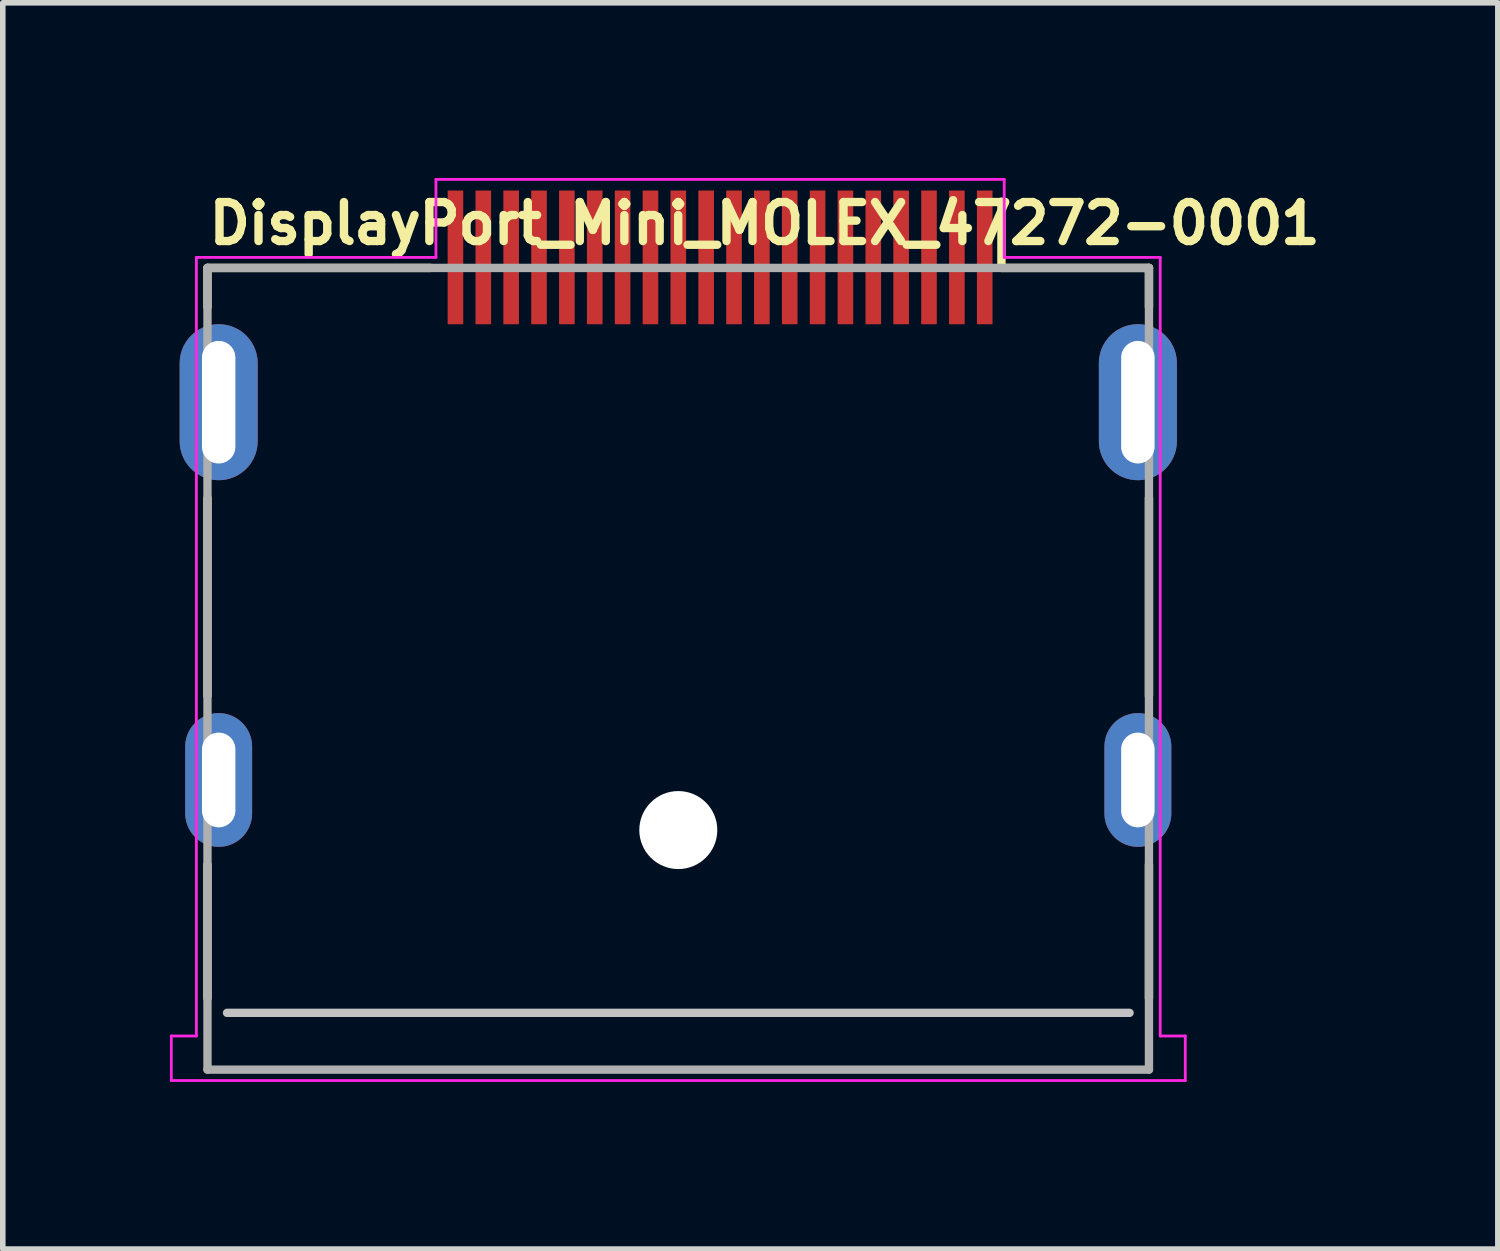
<source format=kicad_pcb>
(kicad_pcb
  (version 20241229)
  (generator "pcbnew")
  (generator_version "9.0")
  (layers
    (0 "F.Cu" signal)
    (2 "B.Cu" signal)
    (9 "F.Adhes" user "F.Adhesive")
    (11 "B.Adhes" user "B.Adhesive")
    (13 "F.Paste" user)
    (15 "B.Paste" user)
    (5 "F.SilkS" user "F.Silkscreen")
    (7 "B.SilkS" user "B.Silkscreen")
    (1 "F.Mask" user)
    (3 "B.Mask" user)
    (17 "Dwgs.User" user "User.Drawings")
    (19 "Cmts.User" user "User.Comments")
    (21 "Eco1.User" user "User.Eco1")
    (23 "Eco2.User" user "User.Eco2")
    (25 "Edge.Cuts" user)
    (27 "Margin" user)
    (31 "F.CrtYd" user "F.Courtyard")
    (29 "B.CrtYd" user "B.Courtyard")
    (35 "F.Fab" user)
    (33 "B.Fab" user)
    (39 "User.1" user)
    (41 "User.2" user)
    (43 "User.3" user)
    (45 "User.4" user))
  (footprint "DisplayPort_Mini_MOLEX_47272-0001"
    (layer "F.Cu")
    (at 14.625 1.57)
    (property "Reference" "DisplayPort_Mini_MOLEX_47272-0001" (at -14 -0.2 0) (layer "F.SilkS") (effects (font (size 0.7 0.7) (thickness 0.15)) (justify left bottom)))
    (attr smd)
    (fp_line (start -13.951 0.189) (end -13.951 0.889) (stroke (width 0.15) (type solid)) (layer "F.SilkS"))
    (fp_line (start -13.951 4.32) (end -13.951 7.868) (stroke (width 0.15) (type solid)) (layer "F.SilkS"))
    (fp_line (start -13.951 10.9) (end -13.951 13.3) (stroke (width 0.15) (type solid)) (layer "F.SilkS"))
    (fp_line (start -9.951 0.189) (end -13.951 0.189) (stroke (width 0.15) (type solid)) (layer "F.SilkS"))
    (fp_line (start 0.3 -1) (end 0.3 0.189) (stroke (width 0.15) (type solid)) (layer "F.SilkS"))
    (fp_line (start 2.948 0.189) (end 0.3 0.189) (stroke (width 0.15) (type solid)) (layer "F.SilkS"))
    (fp_line (start 2.948 0.189) (end 2.948 0.889) (stroke (width 0.15) (type solid)) (layer "F.SilkS"))
    (fp_line (start 2.948 4.32) (end 2.948 7.868) (stroke (width 0.15) (type solid)) (layer "F.SilkS"))
    (fp_line (start 2.948 10.9) (end 2.948 13.3) (stroke (width 0.15) (type solid)) (layer "F.SilkS"))
    (fp_line (start 2.6 13.56) (end -13.6 13.56) (stroke (width 0.15) (type solid)) (layer "Dwgs.User"))
    (fp_line (start -14.6 13.975) (end -14.6 14.775) (stroke (width 0.05) (type solid)) (layer "F.CrtYd"))
    (fp_line (start -14.6 14.775) (end 3.6 14.775) (stroke (width 0.05) (type solid)) (layer "F.CrtYd"))
    (fp_line (start -14.15 0) (end -14.15 13.975) (stroke (width 0.05) (type solid)) (layer "F.CrtYd"))
    (fp_line (start -14.15 13.975) (end -14.6 13.975) (stroke (width 0.05) (type solid)) (layer "F.CrtYd"))
    (fp_line (start -9.85 -1.4) (end -9.85 0) (stroke (width 0.05) (type solid)) (layer "F.CrtYd"))
    (fp_line (start -9.85 0) (end -14.15 0) (stroke (width 0.05) (type solid)) (layer "F.CrtYd"))
    (fp_line (start 0.35 -1.4) (end -9.85 -1.4) (stroke (width 0.05) (type solid)) (layer "F.CrtYd"))
    (fp_line (start 0.35 0) (end 0.35 -1.4) (stroke (width 0.05) (type solid)) (layer "F.CrtYd"))
    (fp_line (start 3.15 0) (end 0.35 0) (stroke (width 0.05) (type solid)) (layer "F.CrtYd"))
    (fp_line (start 3.15 13.975) (end 3.15 0) (stroke (width 0.05) (type solid)) (layer "F.CrtYd"))
    (fp_line (start 3.6 13.975) (end 3.15 13.975) (stroke (width 0.05) (type solid)) (layer "F.CrtYd"))
    (fp_line (start 3.6 14.775) (end 3.6 13.975) (stroke (width 0.05) (type solid)) (layer "F.CrtYd"))
    (fp_line (start -13.951 0.189) (end 2.948 0.189) (stroke (width 0.15) (type solid)) (layer "F.Fab"))
    (fp_line (start -13.951 14.579) (end -13.951 0.189) (stroke (width 0.15) (type solid)) (layer "F.Fab"))
    (fp_line (start 2.948 0.189) (end 2.948 14.579) (stroke (width 0.15) (type solid)) (layer "F.Fab"))
    (fp_line (start 2.948 14.579) (end -13.951 14.579) (stroke (width 0.15) (type solid)) (layer "F.Fab"))
    (fp_rect (start -14.395 -1.52) (end 3.39 14.259) (stroke (width 0.1) (type solid)) (fill no) (layer "User.5"))
    (fp_line (start -14.395 14.179) (end -14.395 14.579) (stroke (width 0.02) (type solid)) (layer "User.9"))
    (fp_line (start -14.395 14.179) (end -14.314 14.179) (stroke (width 0.02) (type solid)) (layer "User.9"))
    (fp_line (start -14.314 14.179) (end -14.314 14.179) (stroke (width 0.02) (type solid)) (layer "User.9"))
    (fp_line (start -14.314 14.179) (end -14.115 14.179) (stroke (width 0.02) (type solid)) (layer "User.9"))
    (fp_line (start -14.314 14.579) (end -14.395 14.579) (stroke (width 0.02) (type solid)) (layer "User.9"))
    (fp_line (start -14.314 14.579) (end -14.314 14.579) (stroke (width 0.02) (type solid)) (layer "User.9"))
    (fp_line (start -14.115 14.579) (end -14.314 14.579) (stroke (width 0.02) (type solid)) (layer "User.9"))
    (fp_line (start -14.115 14.579) (end -14.051 14.579) (stroke (width 0.02) (type solid)) (layer "User.9"))
    (fp_line (start -14.051 1.783) (end -14.051 1.799) (stroke (width 0.02) (type solid)) (layer "User.9"))
    (fp_line (start -14.051 1.799) (end -14.051 3.4) (stroke (width 0.02) (type solid)) (layer "User.9"))
    (fp_line (start -14.051 3.4) (end -14.051 3.415) (stroke (width 0.02) (type solid)) (layer "User.9"))
    (fp_line (start -14.051 3.415) (end -14.049 3.431) (stroke (width 0.02) (type solid)) (layer "User.9"))
    (fp_line (start -14.051 8.813) (end -14.051 8.829) (stroke (width 0.02) (type solid)) (layer "User.9"))
    (fp_line (start -14.051 8.829) (end -14.051 9.928) (stroke (width 0.02) (type solid)) (layer "User.9"))
    (fp_line (start -14.051 9.928) (end -14.051 9.944) (stroke (width 0.02) (type solid)) (layer "User.9"))
    (fp_line (start -14.051 9.944) (end -14.049 9.96) (stroke (width 0.02) (type solid)) (layer "User.9"))
    (fp_line (start -14.051 14.179) (end -14.115 14.179) (stroke (width 0.02) (type solid)) (layer "User.9"))
    (fp_line (start -14.051 14.579) (end -14.026 14.579) (stroke (width 0.02) (type solid)) (layer "User.9"))
    (fp_line (start -14.049 1.767) (end -14.051 1.783) (stroke (width 0.02) (type solid)) (layer "User.9"))
    (fp_line (start -14.049 3.431) (end -14.048 3.447) (stroke (width 0.02) (type solid)) (layer "User.9"))
    (fp_line (start -14.049 8.797) (end -14.051 8.813) (stroke (width 0.02) (type solid)) (layer "User.9"))
    (fp_line (start -14.049 9.96) (end -14.048 9.976) (stroke (width 0.02) (type solid)) (layer "User.9"))
    (fp_line (start -14.048 1.751) (end -14.049 1.767) (stroke (width 0.02) (type solid)) (layer "User.9"))
    (fp_line (start -14.048 3.447) (end -14.045 3.461) (stroke (width 0.02) (type solid)) (layer "User.9"))
    (fp_line (start -14.048 8.781) (end -14.049 8.797) (stroke (width 0.02) (type solid)) (layer "User.9"))
    (fp_line (start -14.048 9.976) (end -14.045 9.992) (stroke (width 0.02) (type solid)) (layer "User.9"))
    (fp_line (start -14.047 14.178) (end -14.051 14.179) (stroke (width 0.02) (type solid)) (layer "User.9"))
    (fp_line (start -14.045 1.737) (end -14.048 1.751) (stroke (width 0.02) (type solid)) (layer "User.9"))
    (fp_line (start -14.045 3.461) (end -14.041 3.477) (stroke (width 0.02) (type solid)) (layer "User.9"))
    (fp_line (start -14.045 8.767) (end -14.048 8.781) (stroke (width 0.02) (type solid)) (layer "User.9"))
    (fp_line (start -14.045 9.992) (end -14.041 10.008) (stroke (width 0.02) (type solid)) (layer "User.9"))
    (fp_line (start -14.042 14.178) (end -14.047 14.178) (stroke (width 0.02) (type solid)) (layer "User.9"))
    (fp_line (start -14.041 1.72) (end -14.045 1.737) (stroke (width 0.02) (type solid)) (layer "User.9"))
    (fp_line (start -14.041 3.477) (end -14.036 3.492) (stroke (width 0.02) (type solid)) (layer "User.9"))
    (fp_line (start -14.041 8.751) (end -14.045 8.767) (stroke (width 0.02) (type solid)) (layer "User.9"))
    (fp_line (start -14.041 10.008) (end -14.036 10.022) (stroke (width 0.02) (type solid)) (layer "User.9"))
    (fp_line (start -14.036 1.706) (end -14.041 1.72) (stroke (width 0.02) (type solid)) (layer "User.9"))
    (fp_line (start -14.036 3.492) (end -14.031 3.508) (stroke (width 0.02) (type solid)) (layer "User.9"))
    (fp_line (start -14.036 8.736) (end -14.041 8.751) (stroke (width 0.02) (type solid)) (layer "User.9"))
    (fp_line (start -14.036 10.022) (end -14.031 10.037) (stroke (width 0.02) (type solid)) (layer "User.9"))
    (fp_line (start -14.036 14.178) (end -14.042 14.178) (stroke (width 0.02) (type solid)) (layer "User.9"))
    (fp_line (start -14.032 14.178) (end -14.036 14.178) (stroke (width 0.02) (type solid)) (layer "User.9"))
    (fp_line (start -14.031 1.69) (end -14.036 1.706) (stroke (width 0.02) (type solid)) (layer "User.9"))
    (fp_line (start -14.031 3.508) (end -14.025 3.521) (stroke (width 0.02) (type solid)) (layer "User.9"))
    (fp_line (start -14.031 8.72) (end -14.036 8.736) (stroke (width 0.02) (type solid)) (layer "User.9"))
    (fp_line (start -14.031 10.037) (end -14.025 10.051) (stroke (width 0.02) (type solid)) (layer "User.9"))
    (fp_line (start -14.026 14.175) (end -14.032 14.178) (stroke (width 0.02) (type solid)) (layer "User.9"))
    (fp_line (start -14.026 14.579) (end -14.001 14.576) (stroke (width 0.02) (type solid)) (layer "User.9"))
    (fp_line (start -14.025 1.676) (end -14.031 1.69) (stroke (width 0.02) (type solid)) (layer "User.9"))
    (fp_line (start -14.025 3.521) (end -14.019 3.536) (stroke (width 0.02) (type solid)) (layer "User.9"))
    (fp_line (start -14.025 8.707) (end -14.031 8.72) (stroke (width 0.02) (type solid)) (layer "User.9"))
    (fp_line (start -14.025 10.051) (end -14.019 10.066) (stroke (width 0.02) (type solid)) (layer "User.9"))
    (fp_line (start -14.022 14.175) (end -14.026 14.175) (stroke (width 0.02) (type solid)) (layer "User.9"))
    (fp_line (start -14.019 1.662) (end -14.025 1.676) (stroke (width 0.02) (type solid)) (layer "User.9"))
    (fp_line (start -14.019 3.536) (end -14.01 3.549) (stroke (width 0.02) (type solid)) (layer "User.9"))
    (fp_line (start -14.019 8.692) (end -14.025 8.707) (stroke (width 0.02) (type solid)) (layer "User.9"))
    (fp_line (start -14.019 10.066) (end -14.01 10.079) (stroke (width 0.02) (type solid)) (layer "User.9"))
    (fp_line (start -14.017 14.174) (end -14.022 14.175) (stroke (width 0.02) (type solid)) (layer "User.9"))
    (fp_line (start -14.013 14.172) (end -14.017 14.174) (stroke (width 0.02) (type solid)) (layer "User.9"))
    (fp_line (start -14.01 1.648) (end -14.019 1.662) (stroke (width 0.02) (type solid)) (layer "User.9"))
    (fp_line (start -14.01 3.549) (end -14.003 3.562) (stroke (width 0.02) (type solid)) (layer "User.9"))
    (fp_line (start -14.01 8.678) (end -14.019 8.692) (stroke (width 0.02) (type solid)) (layer "User.9"))
    (fp_line (start -14.01 10.079) (end -14.003 10.092) (stroke (width 0.02) (type solid)) (layer "User.9"))
    (fp_line (start -14.009 14.169) (end -14.013 14.172) (stroke (width 0.02) (type solid)) (layer "User.9"))
    (fp_line (start -14.003 1.636) (end -14.01 1.648) (stroke (width 0.02) (type solid)) (layer "User.9"))
    (fp_line (start -14.003 3.562) (end -13.994 3.576) (stroke (width 0.02) (type solid)) (layer "User.9"))
    (fp_line (start -14.003 8.665) (end -14.01 8.678) (stroke (width 0.02) (type solid)) (layer "User.9"))
    (fp_line (start -14.003 10.092) (end -13.994 10.105) (stroke (width 0.02) (type solid)) (layer "User.9"))
    (fp_line (start -14.003 14.168) (end -14.009 14.169) (stroke (width 0.02) (type solid)) (layer "User.9"))
    (fp_line (start -14.001 14.576) (end -13.978 14.573) (stroke (width 0.02) (type solid)) (layer "User.9"))
    (fp_line (start -14 14.165) (end -14.003 14.168) (stroke (width 0.02) (type solid)) (layer "User.9"))
    (fp_line (start -13.996 14.162) (end -14 14.165) (stroke (width 0.02) (type solid)) (layer "User.9"))
    (fp_line (start -13.994 1.622) (end -14.003 1.636) (stroke (width 0.02) (type solid)) (layer "User.9"))
    (fp_line (start -13.994 3.576) (end -13.984 3.589) (stroke (width 0.02) (type solid)) (layer "User.9"))
    (fp_line (start -13.994 8.653) (end -14.003 8.665) (stroke (width 0.02) (type solid)) (layer "User.9"))
    (fp_line (start -13.994 10.105) (end -13.984 10.118) (stroke (width 0.02) (type solid)) (layer "User.9"))
    (fp_line (start -13.991 14.159) (end -13.996 14.162) (stroke (width 0.02) (type solid)) (layer "User.9"))
    (fp_line (start -13.987 14.156) (end -13.991 14.159) (stroke (width 0.02) (type solid)) (layer "User.9"))
    (fp_line (start -13.984 1.61) (end -13.994 1.622) (stroke (width 0.02) (type solid)) (layer "User.9"))
    (fp_line (start -13.984 3.589) (end -13.974 3.601) (stroke (width 0.02) (type solid)) (layer "User.9"))
    (fp_line (start -13.984 8.64) (end -13.994 8.653) (stroke (width 0.02) (type solid)) (layer "User.9"))
    (fp_line (start -13.984 10.118) (end -13.974 10.13) (stroke (width 0.02) (type solid)) (layer "User.9"))
    (fp_line (start -13.984 14.153) (end -13.987 14.156) (stroke (width 0.02) (type solid)) (layer "User.9"))
    (fp_line (start -13.981 14.149) (end -13.984 14.153) (stroke (width 0.02) (type solid)) (layer "User.9"))
    (fp_line (start -13.981 14.149) (end -13.981 14.149) (stroke (width 0.02) (type solid)) (layer "User.9"))
    (fp_line (start -13.978 14.573) (end -13.952 14.569) (stroke (width 0.02) (type solid)) (layer "User.9"))
    (fp_line (start -13.977 14.146) (end -13.981 14.149) (stroke (width 0.02) (type solid)) (layer "User.9"))
    (fp_line (start -13.974 1.597) (end -13.984 1.61) (stroke (width 0.02) (type solid)) (layer "User.9"))
    (fp_line (start -13.974 3.601) (end -13.962 3.612) (stroke (width 0.02) (type solid)) (layer "User.9"))
    (fp_line (start -13.974 8.627) (end -13.984 8.64) (stroke (width 0.02) (type solid)) (layer "User.9"))
    (fp_line (start -13.974 10.13) (end -13.962 10.142) (stroke (width 0.02) (type solid)) (layer "User.9"))
    (fp_line (start -13.974 14.143) (end -13.977 14.146) (stroke (width 0.02) (type solid)) (layer "User.9"))
    (fp_line (start -13.971 14.139) (end -13.974 14.143) (stroke (width 0.02) (type solid)) (layer "User.9"))
    (fp_line (start -13.968 14.134) (end -13.971 14.139) (stroke (width 0.02) (type solid)) (layer "User.9"))
    (fp_line (start -13.965 14.13) (end -13.968 14.134) (stroke (width 0.02) (type solid)) (layer "User.9"))
    (fp_line (start -13.962 1.587) (end -13.974 1.597) (stroke (width 0.02) (type solid)) (layer "User.9"))
    (fp_line (start -13.962 3.612) (end -13.952 3.622) (stroke (width 0.02) (type solid)) (layer "User.9"))
    (fp_line (start -13.962 8.617) (end -13.974 8.627) (stroke (width 0.02) (type solid)) (layer "User.9"))
    (fp_line (start -13.962 10.142) (end -13.951 10.152) (stroke (width 0.02) (type solid)) (layer "User.9"))
    (fp_line (start -13.962 14.127) (end -13.965 14.13) (stroke (width 0.02) (type solid)) (layer "User.9"))
    (fp_line (start -13.961 14.121) (end -13.962 14.127) (stroke (width 0.02) (type solid)) (layer "User.9"))
    (fp_line (start -13.958 14.117) (end -13.961 14.121) (stroke (width 0.02) (type solid)) (layer "User.9"))
    (fp_line (start -13.956 14.113) (end -13.958 14.117) (stroke (width 0.02) (type solid)) (layer "User.9"))
    (fp_line (start -13.955 14.104) (end -13.955 14.108) (stroke (width 0.02) (type solid)) (layer "User.9"))
    (fp_line (start -13.955 14.108) (end -13.956 14.113) (stroke (width 0.02) (type solid)) (layer "User.9"))
    (fp_line (start -13.952 14.084) (end -13.952 14.088) (stroke (width 0.02) (type solid)) (layer "User.9"))
    (fp_line (start -13.952 14.088) (end -13.952 14.094) (stroke (width 0.02) (type solid)) (layer "User.9"))
    (fp_line (start -13.952 14.094) (end -13.952 14.098) (stroke (width 0.02) (type solid)) (layer "User.9"))
    (fp_line (start -13.952 14.098) (end -13.955 14.104) (stroke (width 0.02) (type solid)) (layer "User.9"))
    (fp_line (start -13.952 14.569) (end -13.929 14.563) (stroke (width 0.02) (type solid)) (layer "User.9"))
    (fp_line (start -13.951 0.489) (end -13.951 0.39) (stroke (width 0.02) (type solid)) (layer "User.9"))
    (fp_line (start -13.951 0.489) (end -13.951 1.39) (stroke (width 0.02) (type solid)) (layer "User.9"))
    (fp_line (start -13.951 0.861) (end -13.951 0.875) (stroke (width 0.02) (type solid)) (layer "User.9"))
    (fp_line (start -13.951 0.875) (end -13.951 0.89) (stroke (width 0.02) (type solid)) (layer "User.9"))
    (fp_line (start -13.951 1.575) (end -13.962 1.587) (stroke (width 0.02) (type solid)) (layer "User.9"))
    (fp_line (start -13.951 1.69) (end -13.951 0.89) (stroke (width 0.02) (type solid)) (layer "User.9"))
    (fp_line (start -13.951 1.69) (end -13.951 13.88) (stroke (width 0.02) (type solid)) (layer "User.9"))
    (fp_line (start -13.951 8.605) (end -13.962 8.617) (stroke (width 0.02) (type solid)) (layer "User.9"))
    (fp_line (start -13.951 13.88) (end -13.951 14.079) (stroke (width 0.02) (type solid)) (layer "User.9"))
    (fp_line (start -13.951 14.079) (end -13.952 14.084) (stroke (width 0.02) (type solid)) (layer "User.9"))
    (fp_line (start -13.949 0.847) (end -13.951 0.861) (stroke (width 0.02) (type solid)) (layer "User.9"))
    (fp_line (start -13.948 0.833) (end -13.949 0.847) (stroke (width 0.02) (type solid)) (layer "User.9"))
    (fp_line (start -13.946 0.818) (end -13.948 0.833) (stroke (width 0.02) (type solid)) (layer "User.9"))
    (fp_line (start -13.946 1.69) (end -13.951 1.69) (stroke (width 0.02) (type solid)) (layer "User.9"))
    (fp_line (start -13.946 1.69) (end -13.946 1.69) (stroke (width 0.02) (type solid)) (layer "User.9"))
    (fp_line (start -13.946 13.88) (end -13.951 13.88) (stroke (width 0.02) (type solid)) (layer "User.9"))
    (fp_line (start -13.946 13.88) (end -13.946 13.88) (stroke (width 0.02) (type solid)) (layer "User.9"))
    (fp_line (start -13.943 0.804) (end -13.946 0.818) (stroke (width 0.02) (type solid)) (layer "User.9"))
    (fp_line (start -13.942 0.791) (end -13.943 0.804) (stroke (width 0.02) (type solid)) (layer "User.9"))
    (fp_line (start -13.939 0.778) (end -13.942 0.791) (stroke (width 0.02) (type solid)) (layer "User.9"))
    (fp_line (start -13.935 0.763) (end -13.939 0.778) (stroke (width 0.02) (type solid)) (layer "User.9"))
    (fp_line (start -13.933 1.69) (end -13.946 1.69) (stroke (width 0.02) (type solid)) (layer "User.9"))
    (fp_line (start -13.933 1.69) (end -13.933 1.69) (stroke (width 0.02) (type solid)) (layer "User.9"))
    (fp_line (start -13.933 13.88) (end -13.946 13.88) (stroke (width 0.02) (type solid)) (layer "User.9"))
    (fp_line (start -13.933 13.88) (end -13.933 13.88) (stroke (width 0.02) (type solid)) (layer "User.9"))
    (fp_line (start -13.932 0.749) (end -13.935 0.763) (stroke (width 0.02) (type solid)) (layer "User.9"))
    (fp_line (start -13.929 14.563) (end -13.906 14.557) (stroke (width 0.02) (type solid)) (layer "User.9"))
    (fp_line (start -13.927 0.736) (end -13.932 0.749) (stroke (width 0.02) (type solid)) (layer "User.9"))
    (fp_line (start -13.923 0.724) (end -13.927 0.736) (stroke (width 0.02) (type solid)) (layer "User.9"))
    (fp_line (start -13.917 0.71) (end -13.923 0.724) (stroke (width 0.02) (type solid)) (layer "User.9"))
    (fp_line (start -13.913 0.696) (end -13.917 0.71) (stroke (width 0.02) (type solid)) (layer "User.9"))
    (fp_line (start -13.911 1.69) (end -13.933 1.69) (stroke (width 0.02) (type solid)) (layer "User.9"))
    (fp_line (start -13.911 1.69) (end -13.911 1.69) (stroke (width 0.02) (type solid)) (layer "User.9"))
    (fp_line (start -13.911 13.88) (end -13.933 13.88) (stroke (width 0.02) (type solid)) (layer "User.9"))
    (fp_line (start -13.911 13.88) (end -13.911 13.88) (stroke (width 0.02) (type solid)) (layer "User.9"))
    (fp_line (start -13.907 0.683) (end -13.913 0.696) (stroke (width 0.02) (type solid)) (layer "User.9"))
    (fp_line (start -13.906 14.557) (end -13.882 14.55) (stroke (width 0.02) (type solid)) (layer "User.9"))
    (fp_line (start -13.901 0.189) (end -13.901 1.69) (stroke (width 0.02) (type solid)) (layer "User.9"))
    (fp_line (start -13.901 0.189) (end -12.901 0.189) (stroke (width 0.02) (type solid)) (layer "User.9"))
    (fp_line (start -13.901 0.39) (end -13.951 0.39) (stroke (width 0.02) (type solid)) (layer "User.9"))
    (fp_line (start -13.901 0.671) (end -13.907 0.683) (stroke (width 0.02) (type solid)) (layer "User.9"))
    (fp_line (start -13.882 14.55) (end -13.859 14.54) (stroke (width 0.02) (type solid)) (layer "User.9"))
    (fp_line (start -13.881 1.69) (end -13.911 1.69) (stroke (width 0.02) (type solid)) (layer "User.9"))
    (fp_line (start -13.881 1.69) (end -13.881 1.69) (stroke (width 0.02) (type solid)) (layer "User.9"))
    (fp_line (start -13.881 13.88) (end -13.911 13.88) (stroke (width 0.02) (type solid)) (layer "User.9"))
    (fp_line (start -13.881 13.88) (end -13.881 13.88) (stroke (width 0.02) (type solid)) (layer "User.9"))
    (fp_line (start -13.859 14.54) (end -13.837 14.531) (stroke (width 0.02) (type solid)) (layer "User.9"))
    (fp_line (start -13.837 14.531) (end -13.815 14.521) (stroke (width 0.02) (type solid)) (layer "User.9"))
    (fp_line (start -13.815 14.521) (end -13.795 14.508) (stroke (width 0.02) (type solid)) (layer "User.9"))
    (fp_line (start -13.798 1.69) (end -13.881 1.69) (stroke (width 0.02) (type solid)) (layer "User.9"))
    (fp_line (start -13.798 1.69) (end -13.798 1.69) (stroke (width 0.02) (type solid)) (layer "User.9"))
    (fp_line (start -13.798 13.88) (end -13.881 13.88) (stroke (width 0.02) (type solid)) (layer "User.9"))
    (fp_line (start -13.798 13.88) (end -13.798 13.88) (stroke (width 0.02) (type solid)) (layer "User.9"))
    (fp_line (start -13.795 14.508) (end -13.773 14.495) (stroke (width 0.02) (type solid)) (layer "User.9"))
    (fp_line (start -13.773 14.495) (end -13.753 14.48) (stroke (width 0.02) (type solid)) (layer "User.9"))
    (fp_line (start -13.753 14.48) (end -13.734 14.466) (stroke (width 0.02) (type solid)) (layer "User.9"))
    (fp_line (start -13.746 1.69) (end -13.798 1.69) (stroke (width 0.02) (type solid)) (layer "User.9"))
    (fp_line (start -13.746 1.69) (end -13.746 1.69) (stroke (width 0.02) (type solid)) (layer "User.9"))
    (fp_line (start -13.746 13.88) (end -13.798 13.88) (stroke (width 0.02) (type solid)) (layer "User.9"))
    (fp_line (start -13.746 13.88) (end -13.746 13.88) (stroke (width 0.02) (type solid)) (layer "User.9"))
    (fp_line (start -13.734 14.466) (end -13.715 14.45) (stroke (width 0.02) (type solid)) (layer "User.9"))
    (fp_line (start -13.715 14.45) (end -13.698 14.432) (stroke (width 0.02) (type solid)) (layer "User.9"))
    (fp_line (start -13.698 14.432) (end -13.698 14.432) (stroke (width 0.02) (type solid)) (layer "User.9"))
    (fp_line (start -13.698 14.432) (end -13.68 14.415) (stroke (width 0.02) (type solid)) (layer "User.9"))
    (fp_line (start -13.68 14.415) (end -13.664 14.396) (stroke (width 0.02) (type solid)) (layer "User.9"))
    (fp_line (start -13.664 14.396) (end -13.65 14.377) (stroke (width 0.02) (type solid)) (layer "User.9"))
    (fp_line (start -13.65 14.377) (end -13.635 14.357) (stroke (width 0.02) (type solid)) (layer "User.9"))
    (fp_line (start -13.635 14.357) (end -13.622 14.335) (stroke (width 0.02) (type solid)) (layer "User.9"))
    (fp_line (start -13.622 14.335) (end -13.609 14.315) (stroke (width 0.02) (type solid)) (layer "User.9"))
    (fp_line (start -13.609 14.315) (end -13.599 14.293) (stroke (width 0.02) (type solid)) (layer "User.9"))
    (fp_line (start -13.599 14.293) (end -13.59 14.271) (stroke (width 0.02) (type solid)) (layer "User.9"))
    (fp_line (start -13.59 14.271) (end -13.58 14.248) (stroke (width 0.02) (type solid)) (layer "User.9"))
    (fp_line (start -13.58 14.248) (end -13.573 14.225) (stroke (width 0.02) (type solid)) (layer "User.9"))
    (fp_line (start -13.573 14.225) (end -13.567 14.2) (stroke (width 0.02) (type solid)) (layer "User.9"))
    (fp_line (start -13.567 14.2) (end -13.561 14.178) (stroke (width 0.02) (type solid)) (layer "User.9"))
    (fp_line (start -13.561 14.178) (end -13.557 14.152) (stroke (width 0.02) (type solid)) (layer "User.9"))
    (fp_line (start -13.557 14.152) (end -13.554 14.129) (stroke (width 0.02) (type solid)) (layer "User.9"))
    (fp_line (start -13.554 14.129) (end -13.551 14.104) (stroke (width 0.02) (type solid)) (layer "User.9"))
    (fp_line (start -13.551 14.079) (end -13.551 13.88) (stroke (width 0.02) (type solid)) (layer "User.9"))
    (fp_line (start -13.551 14.104) (end -13.551 14.079) (stroke (width 0.02) (type solid)) (layer "User.9"))
    (fp_line (start -13.25 1.69) (end -13.746 1.69) (stroke (width 0.02) (type solid)) (layer "User.9"))
    (fp_line (start -13.25 13.88) (end -13.746 13.88) (stroke (width 0.02) (type solid)) (layer "User.9"))
    (fp_line (start -12.901 0.189) (end -12.901 1.69) (stroke (width 0.02) (type solid)) (layer "User.9"))
    (fp_line (start -12.901 0.189) (end -12.5 0.189) (stroke (width 0.02) (type solid)) (layer "User.9"))
    (fp_line (start -12.5 0.189) (end -12.5 1.69) (stroke (width 0.02) (type solid)) (layer "User.9"))
    (fp_line (start -12.5 0.189) (end -11.951 0.189) (stroke (width 0.02) (type solid)) (layer "User.9"))
    (fp_line (start -12.151 13.88) (end -13.25 13.88) (stroke (width 0.02) (type solid)) (layer "User.9"))
    (fp_line (start -12.151 13.88) (end -12.151 14.079) (stroke (width 0.02) (type solid)) (layer "User.9"))
    (fp_line (start -12.151 14.079) (end -12.151 14.179) (stroke (width 0.02) (type solid)) (layer "User.9"))
    (fp_line (start -12.151 14.179) (end -12.064 14.179) (stroke (width 0.02) (type solid)) (layer "User.9"))
    (fp_line (start -12.151 14.579) (end -12.151 14.179) (stroke (width 0.02) (type solid)) (layer "User.9"))
    (fp_line (start -12.064 14.179) (end -12.064 14.179) (stroke (width 0.02) (type solid)) (layer "User.9"))
    (fp_line (start -12.064 14.179) (end -11.85 14.179) (stroke (width 0.02) (type solid)) (layer "User.9"))
    (fp_line (start -12.064 14.579) (end -12.151 14.579) (stroke (width 0.02) (type solid)) (layer "User.9"))
    (fp_line (start -12.064 14.579) (end -12.064 14.579) (stroke (width 0.02) (type solid)) (layer "User.9"))
    (fp_line (start -11.951 0.189) (end -11.951 0.6) (stroke (width 0.02) (type solid)) (layer "User.9"))
    (fp_line (start -11.951 0.6) (end 0.95 0.6) (stroke (width 0.02) (type solid)) (layer "User.9"))
    (fp_line (start -11.901 7.649) (end -11.901 7.654) (stroke (width 0.02) (type solid)) (layer "User.9"))
    (fp_line (start -11.901 7.654) (end -11.901 7.659) (stroke (width 0.02) (type solid)) (layer "User.9"))
    (fp_line (start -11.901 7.659) (end -11.901 9.96) (stroke (width 0.02) (type solid)) (layer "User.9"))
    (fp_line (start -11.901 8.479) (end -11.786 8.479) (stroke (width 0.02) (type solid)) (layer "User.9"))
    (fp_line (start -11.901 9.96) (end -11.901 9.963) (stroke (width 0.02) (type solid)) (layer "User.9"))
    (fp_line (start -11.901 9.963) (end -11.901 9.969) (stroke (width 0.02) (type solid)) (layer "User.9"))
    (fp_line (start -11.901 9.969) (end -11.9 9.973) (stroke (width 0.02) (type solid)) (layer "User.9"))
    (fp_line (start -11.9 7.64) (end -11.9 7.645) (stroke (width 0.02) (type solid)) (layer "User.9"))
    (fp_line (start -11.9 7.645) (end -11.901 7.649) (stroke (width 0.02) (type solid)) (layer "User.9"))
    (fp_line (start -11.9 9.973) (end -11.9 9.979) (stroke (width 0.02) (type solid)) (layer "User.9"))
    (fp_line (start -11.9 9.979) (end -11.897 9.983) (stroke (width 0.02) (type solid)) (layer "User.9"))
    (fp_line (start -11.897 7.63) (end -11.897 7.635) (stroke (width 0.02) (type solid)) (layer "User.9"))
    (fp_line (start -11.897 7.635) (end -11.9 7.64) (stroke (width 0.02) (type solid)) (layer "User.9"))
    (fp_line (start -11.897 9.983) (end -11.897 9.989) (stroke (width 0.02) (type solid)) (layer "User.9"))
    (fp_line (start -11.897 9.989) (end -11.895 9.992) (stroke (width 0.02) (type solid)) (layer "User.9"))
    (fp_line (start -11.895 7.625) (end -11.897 7.63) (stroke (width 0.02) (type solid)) (layer "User.9"))
    (fp_line (start -11.895 9.992) (end -11.894 9.998) (stroke (width 0.02) (type solid)) (layer "User.9"))
    (fp_line (start -11.894 7.621) (end -11.895 7.625) (stroke (width 0.02) (type solid)) (layer "User.9"))
    (fp_line (start -11.894 9.998) (end -11.891 10.002) (stroke (width 0.02) (type solid)) (layer "User.9"))
    (fp_line (start -11.891 7.616) (end -11.894 7.621) (stroke (width 0.02) (type solid)) (layer "User.9"))
    (fp_line (start -11.891 10.002) (end -11.89 10.006) (stroke (width 0.02) (type solid)) (layer "User.9"))
    (fp_line (start -11.89 7.611) (end -11.891 7.616) (stroke (width 0.02) (type solid)) (layer "User.9"))
    (fp_line (start -11.89 10.006) (end -11.887 10.011) (stroke (width 0.02) (type solid)) (layer "User.9"))
    (fp_line (start -11.887 7.608) (end -11.89 7.611) (stroke (width 0.02) (type solid)) (layer "User.9"))
    (fp_line (start -11.887 10.011) (end -11.885 10.015) (stroke (width 0.02) (type solid)) (layer "User.9"))
    (fp_line (start -11.885 7.603) (end -11.887 7.608) (stroke (width 0.02) (type solid)) (layer "User.9"))
    (fp_line (start -11.885 10.015) (end -11.881 10.018) (stroke (width 0.02) (type solid)) (layer "User.9"))
    (fp_line (start -11.881 7.6) (end -11.885 7.603) (stroke (width 0.02) (type solid)) (layer "User.9"))
    (fp_line (start -11.881 10.018) (end -11.878 10.022) (stroke (width 0.02) (type solid)) (layer "User.9"))
    (fp_line (start -11.878 7.595) (end -11.881 7.6) (stroke (width 0.02) (type solid)) (layer "User.9"))
    (fp_line (start -11.878 10.022) (end -11.875 10.027) (stroke (width 0.02) (type solid)) (layer "User.9"))
    (fp_line (start -11.875 7.592) (end -11.878 7.595) (stroke (width 0.02) (type solid)) (layer "User.9"))
    (fp_line (start -11.875 10.027) (end -11.872 10.03) (stroke (width 0.02) (type solid)) (layer "User.9"))
    (fp_line (start -11.872 7.588) (end -11.875 7.592) (stroke (width 0.02) (type solid)) (layer "User.9"))
    (fp_line (start -11.872 7.588) (end -11.872 7.588) (stroke (width 0.02) (type solid)) (layer "User.9"))
    (fp_line (start -11.872 10.03) (end -11.872 10.03) (stroke (width 0.02) (type solid)) (layer "User.9"))
    (fp_line (start -11.872 10.03) (end -11.869 10.034) (stroke (width 0.02) (type solid)) (layer "User.9"))
    (fp_line (start -11.869 7.585) (end -11.872 7.588) (stroke (width 0.02) (type solid)) (layer "User.9"))
    (fp_line (start -11.869 10.034) (end -11.865 10.037) (stroke (width 0.02) (type solid)) (layer "User.9"))
    (fp_line (start -11.865 7.582) (end -11.869 7.585) (stroke (width 0.02) (type solid)) (layer "User.9"))
    (fp_line (start -11.865 10.037) (end -11.86 10.04) (stroke (width 0.02) (type solid)) (layer "User.9"))
    (fp_line (start -11.86 7.579) (end -11.865 7.582) (stroke (width 0.02) (type solid)) (layer "User.9"))
    (fp_line (start -11.86 10.04) (end -11.856 10.043) (stroke (width 0.02) (type solid)) (layer "User.9"))
    (fp_line (start -11.856 7.576) (end -11.86 7.579) (stroke (width 0.02) (type solid)) (layer "User.9"))
    (fp_line (start -11.856 10.043) (end -11.853 10.044) (stroke (width 0.02) (type solid)) (layer "User.9"))
    (fp_line (start -11.853 7.574) (end -11.856 7.576) (stroke (width 0.02) (type solid)) (layer "User.9"))
    (fp_line (start -11.853 10.044) (end -11.849 10.047) (stroke (width 0.02) (type solid)) (layer "User.9"))
    (fp_line (start -11.85 14.179) (end 1.699 14.179) (stroke (width 0.02) (type solid)) (layer "User.9"))
    (fp_line (start -11.85 14.579) (end -12.064 14.579) (stroke (width 0.02) (type solid)) (layer "User.9"))
    (fp_line (start -11.85 14.579) (end 1.699 14.579) (stroke (width 0.02) (type solid)) (layer "User.9"))
    (fp_line (start -11.849 7.571) (end -11.853 7.574) (stroke (width 0.02) (type solid)) (layer "User.9"))
    (fp_line (start -11.849 10.047) (end -11.843 10.05) (stroke (width 0.02) (type solid)) (layer "User.9"))
    (fp_line (start -11.843 7.569) (end -11.849 7.571) (stroke (width 0.02) (type solid)) (layer "User.9"))
    (fp_line (start -11.843 10.05) (end -11.84 10.051) (stroke (width 0.02) (type solid)) (layer "User.9"))
    (fp_line (start -11.84 7.566) (end -11.843 7.569) (stroke (width 0.02) (type solid)) (layer "User.9"))
    (fp_line (start -11.84 10.051) (end -11.834 10.053) (stroke (width 0.02) (type solid)) (layer "User.9"))
    (fp_line (start -11.834 7.564) (end -11.84 7.566) (stroke (width 0.02) (type solid)) (layer "User.9"))
    (fp_line (start -11.834 10.053) (end -11.83 10.054) (stroke (width 0.02) (type solid)) (layer "User.9"))
    (fp_line (start -11.83 7.563) (end -11.834 7.564) (stroke (width 0.02) (type solid)) (layer "User.9"))
    (fp_line (start -11.83 10.054) (end -11.826 10.056) (stroke (width 0.02) (type solid)) (layer "User.9"))
    (fp_line (start -11.826 7.563) (end -11.83 7.563) (stroke (width 0.02) (type solid)) (layer "User.9"))
    (fp_line (start -11.826 10.056) (end -11.821 10.057) (stroke (width 0.02) (type solid)) (layer "User.9"))
    (fp_line (start -11.821 7.561) (end -11.826 7.563) (stroke (width 0.02) (type solid)) (layer "User.9"))
    (fp_line (start -11.821 10.057) (end -11.815 10.057) (stroke (width 0.02) (type solid)) (layer "User.9"))
    (fp_line (start -11.815 7.561) (end -11.821 7.561) (stroke (width 0.02) (type solid)) (layer "User.9"))
    (fp_line (start -11.815 10.057) (end -11.811 10.059) (stroke (width 0.02) (type solid)) (layer "User.9"))
    (fp_line (start -11.811 7.56) (end -11.815 7.561) (stroke (width 0.02) (type solid)) (layer "User.9"))
    (fp_line (start -11.811 10.059) (end -11.805 10.059) (stroke (width 0.02) (type solid)) (layer "User.9"))
    (fp_line (start -11.805 7.56) (end -11.811 7.56) (stroke (width 0.02) (type solid)) (layer "User.9"))
    (fp_line (start -11.805 10.059) (end -11.801 10.06) (stroke (width 0.02) (type solid)) (layer "User.9"))
    (fp_line (start -11.801 7.56) (end -11.805 7.56) (stroke (width 0.02) (type solid)) (layer "User.9"))
    (fp_line (start -11.801 10.06) (end -11.201 10.06) (stroke (width 0.02) (type solid)) (layer "User.9"))
    (fp_line (start -11.786 8.479) (end -11.1 8.479) (stroke (width 0.02) (type solid)) (layer "User.9"))
    (fp_line (start -11.201 7.56) (end -11.801 7.56) (stroke (width 0.02) (type solid)) (layer "User.9"))
    (fp_line (start -11.201 10.06) (end -11.196 10.059) (stroke (width 0.02) (type solid)) (layer "User.9"))
    (fp_line (start -11.196 7.56) (end -11.201 7.56) (stroke (width 0.02) (type solid)) (layer "User.9"))
    (fp_line (start -11.196 10.059) (end -11.192 10.059) (stroke (width 0.02) (type solid)) (layer "User.9"))
    (fp_line (start -11.192 7.56) (end -11.196 7.56) (stroke (width 0.02) (type solid)) (layer "User.9"))
    (fp_line (start -11.192 10.059) (end -11.186 10.057) (stroke (width 0.02) (type solid)) (layer "User.9"))
    (fp_line (start -11.186 7.561) (end -11.192 7.56) (stroke (width 0.02) (type solid)) (layer "User.9"))
    (fp_line (start -11.186 10.057) (end -11.182 10.057) (stroke (width 0.02) (type solid)) (layer "User.9"))
    (fp_line (start -11.182 7.561) (end -11.186 7.561) (stroke (width 0.02) (type solid)) (layer "User.9"))
    (fp_line (start -11.182 10.057) (end -11.176 10.056) (stroke (width 0.02) (type solid)) (layer "User.9"))
    (fp_line (start -11.176 7.563) (end -11.182 7.561) (stroke (width 0.02) (type solid)) (layer "User.9"))
    (fp_line (start -11.176 10.056) (end -11.171 10.054) (stroke (width 0.02) (type solid)) (layer "User.9"))
    (fp_line (start -11.171 7.563) (end -11.176 7.563) (stroke (width 0.02) (type solid)) (layer "User.9"))
    (fp_line (start -11.171 10.054) (end -11.167 10.053) (stroke (width 0.02) (type solid)) (layer "User.9"))
    (fp_line (start -11.167 7.564) (end -11.171 7.563) (stroke (width 0.02) (type solid)) (layer "User.9"))
    (fp_line (start -11.167 10.053) (end -11.163 10.051) (stroke (width 0.02) (type solid)) (layer "User.9"))
    (fp_line (start -11.163 7.566) (end -11.167 7.564) (stroke (width 0.02) (type solid)) (layer "User.9"))
    (fp_line (start -11.163 10.051) (end -11.158 10.05) (stroke (width 0.02) (type solid)) (layer "User.9"))
    (fp_line (start -11.158 7.569) (end -11.163 7.566) (stroke (width 0.02) (type solid)) (layer "User.9"))
    (fp_line (start -11.158 10.05) (end -11.154 10.047) (stroke (width 0.02) (type solid)) (layer "User.9"))
    (fp_line (start -11.154 7.571) (end -11.158 7.569) (stroke (width 0.02) (type solid)) (layer "User.9"))
    (fp_line (start -11.154 10.047) (end -11.15 10.044) (stroke (width 0.02) (type solid)) (layer "User.9"))
    (fp_line (start -11.15 7.574) (end -11.154 7.571) (stroke (width 0.02) (type solid)) (layer "User.9"))
    (fp_line (start -11.15 10.044) (end -11.145 10.043) (stroke (width 0.02) (type solid)) (layer "User.9"))
    (fp_line (start -11.145 7.576) (end -11.15 7.574) (stroke (width 0.02) (type solid)) (layer "User.9"))
    (fp_line (start -11.145 10.043) (end -11.141 10.04) (stroke (width 0.02) (type solid)) (layer "User.9"))
    (fp_line (start -11.141 7.579) (end -11.145 7.576) (stroke (width 0.02) (type solid)) (layer "User.9"))
    (fp_line (start -11.141 10.04) (end -11.138 10.037) (stroke (width 0.02) (type solid)) (layer "User.9"))
    (fp_line (start -11.138 7.582) (end -11.141 7.579) (stroke (width 0.02) (type solid)) (layer "User.9"))
    (fp_line (start -11.138 10.037) (end -11.134 10.034) (stroke (width 0.02) (type solid)) (layer "User.9"))
    (fp_line (start -11.134 7.585) (end -11.138 7.582) (stroke (width 0.02) (type solid)) (layer "User.9"))
    (fp_line (start -11.134 10.034) (end -11.131 10.03) (stroke (width 0.02) (type solid)) (layer "User.9"))
    (fp_line (start -11.131 7.588) (end -11.134 7.585) (stroke (width 0.02) (type solid)) (layer "User.9"))
    (fp_line (start -11.131 7.588) (end -11.131 7.588) (stroke (width 0.02) (type solid)) (layer "User.9"))
    (fp_line (start -11.131 10.03) (end -11.131 10.03) (stroke (width 0.02) (type solid)) (layer "User.9"))
    (fp_line (start -11.131 10.03) (end -11.126 10.027) (stroke (width 0.02) (type solid)) (layer "User.9"))
    (fp_line (start -11.126 7.592) (end -11.131 7.588) (stroke (width 0.02) (type solid)) (layer "User.9"))
    (fp_line (start -11.126 10.027) (end -11.124 10.022) (stroke (width 0.02) (type solid)) (layer "User.9"))
    (fp_line (start -11.124 7.595) (end -11.126 7.592) (stroke (width 0.02) (type solid)) (layer "User.9"))
    (fp_line (start -11.124 10.022) (end -11.121 10.018) (stroke (width 0.02) (type solid)) (layer "User.9"))
    (fp_line (start -11.121 7.6) (end -11.124 7.595) (stroke (width 0.02) (type solid)) (layer "User.9"))
    (fp_line (start -11.121 10.018) (end -11.118 10.015) (stroke (width 0.02) (type solid)) (layer "User.9"))
    (fp_line (start -11.118 7.603) (end -11.121 7.6) (stroke (width 0.02) (type solid)) (layer "User.9"))
    (fp_line (start -11.118 10.015) (end -11.115 10.011) (stroke (width 0.02) (type solid)) (layer "User.9"))
    (fp_line (start -11.115 7.608) (end -11.118 7.603) (stroke (width 0.02) (type solid)) (layer "User.9"))
    (fp_line (start -11.115 10.011) (end -11.112 10.006) (stroke (width 0.02) (type solid)) (layer "User.9"))
    (fp_line (start -11.112 7.611) (end -11.115 7.608) (stroke (width 0.02) (type solid)) (layer "User.9"))
    (fp_line (start -11.112 10.006) (end -11.11 10.002) (stroke (width 0.02) (type solid)) (layer "User.9"))
    (fp_line (start -11.11 7.616) (end -11.112 7.611) (stroke (width 0.02) (type solid)) (layer "User.9"))
    (fp_line (start -11.11 10.002) (end -11.109 9.998) (stroke (width 0.02) (type solid)) (layer "User.9"))
    (fp_line (start -11.109 7.621) (end -11.11 7.616) (stroke (width 0.02) (type solid)) (layer "User.9"))
    (fp_line (start -11.109 9.998) (end -11.106 9.992) (stroke (width 0.02) (type solid)) (layer "User.9"))
    (fp_line (start -11.106 7.625) (end -11.109 7.621) (stroke (width 0.02) (type solid)) (layer "User.9"))
    (fp_line (start -11.106 7.63) (end -11.106 7.625) (stroke (width 0.02) (type solid)) (layer "User.9"))
    (fp_line (start -11.106 9.989) (end -11.105 9.983) (stroke (width 0.02) (type solid)) (layer "User.9"))
    (fp_line (start -11.106 9.992) (end -11.106 9.989) (stroke (width 0.02) (type solid)) (layer "User.9"))
    (fp_line (start -11.105 7.635) (end -11.106 7.63) (stroke (width 0.02) (type solid)) (layer "User.9"))
    (fp_line (start -11.105 9.983) (end -11.103 9.979) (stroke (width 0.02) (type solid)) (layer "User.9"))
    (fp_line (start -11.103 7.64) (end -11.105 7.635) (stroke (width 0.02) (type solid)) (layer "User.9"))
    (fp_line (start -11.103 7.645) (end -11.103 7.64) (stroke (width 0.02) (type solid)) (layer "User.9"))
    (fp_line (start -11.103 9.973) (end -11.102 9.969) (stroke (width 0.02) (type solid)) (layer "User.9"))
    (fp_line (start -11.103 9.979) (end -11.103 9.973) (stroke (width 0.02) (type solid)) (layer "User.9"))
    (fp_line (start -11.102 7.649) (end -11.103 7.645) (stroke (width 0.02) (type solid)) (layer "User.9"))
    (fp_line (start -11.102 7.654) (end -11.102 7.649) (stroke (width 0.02) (type solid)) (layer "User.9"))
    (fp_line (start -11.102 9.963) (end -11.1 9.96) (stroke (width 0.02) (type solid)) (layer "User.9"))
    (fp_line (start -11.102 9.969) (end -11.102 9.963) (stroke (width 0.02) (type solid)) (layer "User.9"))
    (fp_line (start -11.1 7.659) (end -11.102 7.654) (stroke (width 0.02) (type solid)) (layer "User.9"))
    (fp_line (start -11.1 9.96) (end -11.1 7.659) (stroke (width 0.02) (type solid)) (layer "User.9"))
    (fp_line (start -9.676 7.063) (end -9.676 7.071) (stroke (width 0.02) (type solid)) (layer "User.9"))
    (fp_line (start -9.676 7.071) (end -9.676 7.079) (stroke (width 0.02) (type solid)) (layer "User.9"))
    (fp_line (start -9.676 7.079) (end -9.676 11.079) (stroke (width 0.02) (type solid)) (layer "User.9"))
    (fp_line (start -9.676 11.079) (end -9.676 11.104) (stroke (width 0.02) (type solid)) (layer "User.9"))
    (fp_line (start -9.676 11.104) (end -9.673 11.129) (stroke (width 0.02) (type solid)) (layer "User.9"))
    (fp_line (start -9.674 7.055) (end -9.676 7.063) (stroke (width 0.02) (type solid)) (layer "User.9"))
    (fp_line (start -9.673 7.037) (end -9.673 7.045) (stroke (width 0.02) (type solid)) (layer "User.9"))
    (fp_line (start -9.673 7.045) (end -9.674 7.055) (stroke (width 0.02) (type solid)) (layer "User.9"))
    (fp_line (start -9.673 11.129) (end -9.67 11.152) (stroke (width 0.02) (type solid)) (layer "User.9"))
    (fp_line (start -9.671 7.029) (end -9.673 7.037) (stroke (width 0.02) (type solid)) (layer "User.9"))
    (fp_line (start -9.67 7.021) (end -9.671 7.029) (stroke (width 0.02) (type solid)) (layer "User.9"))
    (fp_line (start -9.67 11.152) (end -9.667 11.178) (stroke (width 0.02) (type solid)) (layer "User.9"))
    (fp_line (start -9.667 7.013) (end -9.67 7.021) (stroke (width 0.02) (type solid)) (layer "User.9"))
    (fp_line (start -9.667 11.178) (end -9.66 11.201) (stroke (width 0.02) (type solid)) (layer "User.9"))
    (fp_line (start -9.666 7.005) (end -9.667 7.013) (stroke (width 0.02) (type solid)) (layer "User.9"))
    (fp_line (start -9.663 6.999) (end -9.666 7.005) (stroke (width 0.02) (type solid)) (layer "User.9"))
    (fp_line (start -9.66 6.991) (end -9.663 6.999) (stroke (width 0.02) (type solid)) (layer "User.9"))
    (fp_line (start -9.66 11.201) (end -9.654 11.224) (stroke (width 0.02) (type solid)) (layer "User.9"))
    (fp_line (start -9.657 6.983) (end -9.66 6.991) (stroke (width 0.02) (type solid)) (layer "User.9"))
    (fp_line (start -9.654 6.976) (end -9.657 6.983) (stroke (width 0.02) (type solid)) (layer "User.9"))
    (fp_line (start -9.654 11.224) (end -9.647 11.248) (stroke (width 0.02) (type solid)) (layer "User.9"))
    (fp_line (start -9.651 6.968) (end -9.654 6.976) (stroke (width 0.02) (type solid)) (layer "User.9"))
    (fp_line (start -9.647 6.962) (end -9.651 6.968) (stroke (width 0.02) (type solid)) (layer "User.9"))
    (fp_line (start -9.647 11.248) (end -9.638 11.271) (stroke (width 0.02) (type solid)) (layer "User.9"))
    (fp_line (start -9.642 6.954) (end -9.647 6.962) (stroke (width 0.02) (type solid)) (layer "User.9"))
    (fp_line (start -9.638 6.947) (end -9.642 6.954) (stroke (width 0.02) (type solid)) (layer "User.9"))
    (fp_line (start -9.638 11.271) (end -9.628 11.293) (stroke (width 0.02) (type solid)) (layer "User.9"))
    (fp_line (start -9.634 6.941) (end -9.638 6.947) (stroke (width 0.02) (type solid)) (layer "User.9"))
    (fp_line (start -9.629 6.933) (end -9.634 6.941) (stroke (width 0.02) (type solid)) (layer "User.9"))
    (fp_line (start -9.628 11.293) (end -9.618 11.315) (stroke (width 0.02) (type solid)) (layer "User.9"))
    (fp_line (start -9.625 6.928) (end -9.629 6.933) (stroke (width 0.02) (type solid)) (layer "User.9"))
    (fp_line (start -9.619 6.92) (end -9.625 6.928) (stroke (width 0.02) (type solid)) (layer "User.9"))
    (fp_line (start -9.618 11.315) (end -9.606 11.335) (stroke (width 0.02) (type solid)) (layer "User.9"))
    (fp_line (start -9.615 6.914) (end -9.619 6.92) (stroke (width 0.02) (type solid)) (layer "User.9"))
    (fp_line (start -9.609 6.909) (end -9.615 6.914) (stroke (width 0.02) (type solid)) (layer "User.9"))
    (fp_line (start -9.606 11.335) (end -9.592 11.357) (stroke (width 0.02) (type solid)) (layer "User.9"))
    (fp_line (start -9.603 6.903) (end -9.609 6.909) (stroke (width 0.02) (type solid)) (layer "User.9"))
    (fp_line (start -9.6 -0.31) (end -9.6 0.6) (stroke (width 0.02) (type solid)) (layer "User.9"))
    (fp_line (start -9.597 6.896) (end -9.603 6.903) (stroke (width 0.02) (type solid)) (layer "User.9"))
    (fp_line (start -9.592 6.891) (end -9.597 6.896) (stroke (width 0.02) (type solid)) (layer "User.9"))
    (fp_line (start -9.592 11.357) (end -9.577 11.377) (stroke (width 0.02) (type solid)) (layer "User.9"))
    (fp_line (start -9.586 6.887) (end -9.592 6.891) (stroke (width 0.02) (type solid)) (layer "User.9"))
    (fp_line (start -9.578 6.88) (end -9.586 6.887) (stroke (width 0.02) (type solid)) (layer "User.9"))
    (fp_line (start -9.577 11.377) (end -9.562 11.396) (stroke (width 0.02) (type solid)) (layer "User.9"))
    (fp_line (start -9.571 6.877) (end -9.578 6.88) (stroke (width 0.02) (type solid)) (layer "User.9"))
    (fp_line (start -9.565 6.872) (end -9.571 6.877) (stroke (width 0.02) (type solid)) (layer "User.9"))
    (fp_line (start -9.562 11.396) (end -9.546 11.415) (stroke (width 0.02) (type solid)) (layer "User.9"))
    (fp_line (start -9.558 6.866) (end -9.565 6.872) (stroke (width 0.02) (type solid)) (layer "User.9"))
    (fp_line (start -9.551 6.863) (end -9.558 6.866) (stroke (width 0.02) (type solid)) (layer "User.9"))
    (fp_line (start -9.551 6.863) (end -9.551 6.863) (stroke (width 0.02) (type solid)) (layer "User.9"))
    (fp_line (start -9.546 11.415) (end -9.529 11.432) (stroke (width 0.02) (type solid)) (layer "User.9"))
    (fp_line (start -9.536 6.855) (end -9.551 6.863) (stroke (width 0.02) (type solid)) (layer "User.9"))
    (fp_line (start -9.529 11.432) (end -9.529 11.432) (stroke (width 0.02) (type solid)) (layer "User.9"))
    (fp_line (start -9.529 11.432) (end -9.512 11.45) (stroke (width 0.02) (type solid)) (layer "User.9"))
    (fp_line (start -9.522 6.848) (end -9.536 6.855) (stroke (width 0.02) (type solid)) (layer "User.9"))
    (fp_line (start -9.512 11.45) (end -9.493 11.466) (stroke (width 0.02) (type solid)) (layer "User.9"))
    (fp_line (start -9.506 6.843) (end -9.522 6.848) (stroke (width 0.02) (type solid)) (layer "User.9"))
    (fp_line (start -9.493 11.466) (end -9.474 11.48) (stroke (width 0.02) (type solid)) (layer "User.9"))
    (fp_line (start -9.491 6.837) (end -9.506 6.843) (stroke (width 0.02) (type solid)) (layer "User.9"))
    (fp_line (start -9.475 6.834) (end -9.491 6.837) (stroke (width 0.02) (type solid)) (layer "User.9"))
    (fp_line (start -9.474 11.48) (end -9.453 11.495) (stroke (width 0.02) (type solid)) (layer "User.9"))
    (fp_line (start -9.458 6.832) (end -9.475 6.834) (stroke (width 0.02) (type solid)) (layer "User.9"))
    (fp_line (start -9.455 11.493) (end -9.455 10.338) (stroke (width 0.02) (type solid)) (layer "User.9"))
    (fp_line (start -9.453 11.495) (end -9.433 11.508) (stroke (width 0.02) (type solid)) (layer "User.9"))
    (fp_line (start -9.442 6.829) (end -9.458 6.832) (stroke (width 0.02) (type solid)) (layer "User.9"))
    (fp_line (start -9.433 11.508) (end -9.411 11.521) (stroke (width 0.02) (type solid)) (layer "User.9"))
    (fp_line (start -9.426 6.829) (end -9.442 6.829) (stroke (width 0.02) (type solid)) (layer "User.9"))
    (fp_line (start -9.411 11.521) (end -9.389 11.531) (stroke (width 0.02) (type solid)) (layer "User.9"))
    (fp_line (start -9.41 6.829) (end -9.426 6.829) (stroke (width 0.02) (type solid)) (layer "User.9"))
    (fp_line (start -9.401 -0.31) (end -9.6 -0.31) (stroke (width 0.02) (type solid)) (layer "User.9"))
    (fp_line (start -9.401 -0.31) (end -9.401 0.6) (stroke (width 0.02) (type solid)) (layer "User.9"))
    (fp_line (start -9.394 6.832) (end -9.41 6.829) (stroke (width 0.02) (type solid)) (layer "User.9"))
    (fp_line (start -9.389 11.531) (end -9.368 11.54) (stroke (width 0.02) (type solid)) (layer "User.9"))
    (fp_line (start -9.378 6.834) (end -9.394 6.832) (stroke (width 0.02) (type solid)) (layer "User.9"))
    (fp_line (start -9.368 11.54) (end -9.344 11.55) (stroke (width 0.02) (type solid)) (layer "User.9"))
    (fp_line (start -9.362 6.837) (end -9.378 6.834) (stroke (width 0.02) (type solid)) (layer "User.9"))
    (fp_line (start -9.346 6.843) (end -9.362 6.837) (stroke (width 0.02) (type solid)) (layer "User.9"))
    (fp_line (start -9.344 11.55) (end -9.321 11.557) (stroke (width 0.02) (type solid)) (layer "User.9"))
    (fp_line (start -9.33 6.848) (end -9.346 6.843) (stroke (width 0.02) (type solid)) (layer "User.9"))
    (fp_line (start -9.321 11.557) (end -9.298 11.563) (stroke (width 0.02) (type solid)) (layer "User.9"))
    (fp_line (start -9.315 6.855) (end -9.33 6.848) (stroke (width 0.02) (type solid)) (layer "User.9"))
    (fp_line (start -9.301 6.863) (end -9.315 6.855) (stroke (width 0.02) (type solid)) (layer "User.9"))
    (fp_line (start -9.301 6.863) (end -9.301 6.863) (stroke (width 0.02) (type solid)) (layer "User.9"))
    (fp_line (start -9.298 11.563) (end -9.275 11.569) (stroke (width 0.02) (type solid)) (layer "User.9"))
    (fp_line (start -9.286 6.872) (end -9.301 6.863) (stroke (width 0.02) (type solid)) (layer "User.9"))
    (fp_line (start -9.275 11.569) (end -9.25 11.573) (stroke (width 0.02) (type solid)) (layer "User.9"))
    (fp_line (start -9.273 6.88) (end -9.286 6.872) (stroke (width 0.02) (type solid)) (layer "User.9"))
    (fp_line (start -9.26 6.891) (end -9.273 6.88) (stroke (width 0.02) (type solid)) (layer "User.9"))
    (fp_line (start -9.25 6.901) (end -9.25 10.14) (stroke (width 0.02) (type solid)) (layer "User.9"))
    (fp_line (start -9.25 10.14) (end -9.676 10.14) (stroke (width 0.02) (type solid)) (layer "User.9"))
    (fp_line (start -9.25 10.14) (end -9.25 10.28) (stroke (width 0.02) (type solid)) (layer "User.9"))
    (fp_line (start -9.25 10.28) (end -8.985 10.28) (stroke (width 0.02) (type solid)) (layer "User.9"))
    (fp_line (start -9.25 11.573) (end -9.225 11.576) (stroke (width 0.02) (type solid)) (layer "User.9"))
    (fp_line (start -9.248 6.903) (end -9.26 6.891) (stroke (width 0.02) (type solid)) (layer "User.9"))
    (fp_line (start -9.237 6.914) (end -9.248 6.903) (stroke (width 0.02) (type solid)) (layer "User.9"))
    (fp_line (start -9.228 6.928) (end -9.237 6.914) (stroke (width 0.02) (type solid)) (layer "User.9"))
    (fp_line (start -9.225 6.93) (end -9.225 9.29) (stroke (width 0.02) (type solid)) (layer "User.9"))
    (fp_line (start -9.225 9.29) (end -9.225 9.733) (stroke (width 0.02) (type solid)) (layer "User.9"))
    (fp_line (start -9.225 9.29) (end -9.026 9.29) (stroke (width 0.02) (type solid)) (layer "User.9"))
    (fp_line (start -9.225 9.733) (end -9.225 9.79) (stroke (width 0.02) (type solid)) (layer "User.9"))
    (fp_line (start -9.225 9.79) (end -8.985 9.79) (stroke (width 0.02) (type solid)) (layer "User.9"))
    (fp_line (start -9.225 11.576) (end -9.201 11.579) (stroke (width 0.02) (type solid)) (layer "User.9"))
    (fp_line (start -9.218 6.941) (end -9.228 6.928) (stroke (width 0.02) (type solid)) (layer "User.9"))
    (fp_line (start -9.209 6.954) (end -9.218 6.941) (stroke (width 0.02) (type solid)) (layer "User.9"))
    (fp_line (start -9.202 6.968) (end -9.209 6.954) (stroke (width 0.02) (type solid)) (layer "User.9"))
    (fp_line (start -9.201 11.579) (end -9.176 11.579) (stroke (width 0.02) (type solid)) (layer "User.9"))
    (fp_line (start -9.196 6.983) (end -9.202 6.968) (stroke (width 0.02) (type solid)) (layer "User.9"))
    (fp_line (start -9.189 6.999) (end -9.196 6.983) (stroke (width 0.02) (type solid)) (layer "User.9"))
    (fp_line (start -9.186 7.13) (end -9.186 7.228) (stroke (width 0.02) (type solid)) (layer "User.9"))
    (fp_line (start -9.186 7.228) (end -9.186 7.34) (stroke (width 0.02) (type solid)) (layer "User.9"))
    (fp_line (start -9.185 7.013) (end -9.189 6.999) (stroke (width 0.02) (type solid)) (layer "User.9"))
    (fp_line (start -9.18 7.029) (end -9.185 7.013) (stroke (width 0.02) (type solid)) (layer "User.9"))
    (fp_line (start -9.179 7.045) (end -9.18 7.029) (stroke (width 0.02) (type solid)) (layer "User.9"))
    (fp_line (start -9.176 7.063) (end -9.179 7.045) (stroke (width 0.02) (type solid)) (layer "User.9"))
    (fp_line (start -9.176 7.079) (end -9.176 7.063) (stroke (width 0.02) (type solid)) (layer "User.9"))
    (fp_line (start -9.176 7.13) (end -9.186 7.13) (stroke (width 0.02) (type solid)) (layer "User.9"))
    (fp_line (start -9.176 7.13) (end -9.176 7.079) (stroke (width 0.02) (type solid)) (layer "User.9"))
    (fp_line (start -9.176 11.579) (end -7.585 11.579) (stroke (width 0.02) (type solid)) (layer "User.9"))
    (fp_line (start -9.11 -0.3) (end -9.11 0.6) (stroke (width 0.02) (type solid)) (layer "User.9"))
    (fp_line (start -8.988 9.761) (end -9.186 7.34) (stroke (width 0.02) (type solid)) (layer "User.9"))
    (fp_line (start -8.988 9.761) (end -8.985 9.79) (stroke (width 0.02) (type solid)) (layer "User.9"))
    (fp_line (start -8.985 9.79) (end -8.985 9.858) (stroke (width 0.02) (type solid)) (layer "User.9"))
    (fp_line (start -8.985 10.23) (end -8.985 9.858) (stroke (width 0.02) (type solid)) (layer "User.9"))
    (fp_line (start -8.985 10.23) (end -8.985 10.838) (stroke (width 0.02) (type solid)) (layer "User.9"))
    (fp_line (start -8.985 10.338) (end -9.676 10.338) (stroke (width 0.02) (type solid)) (layer "User.9"))
    (fp_line (start -8.985 10.838) (end -8.985 10.989) (stroke (width 0.02) (type solid)) (layer "User.9"))
    (fp_line (start -8.955 10.989) (end -8.955 11.579) (stroke (width 0.02) (type solid)) (layer "User.9"))
    (fp_line (start -8.891 -0.3) (end -9.11 -0.3) (stroke (width 0.02) (type solid)) (layer "User.9"))
    (fp_line (start -8.891 -0.3) (end -8.891 0.6) (stroke (width 0.02) (type solid)) (layer "User.9"))
    (fp_line (start -8.6 0.6) (end -8.6 -0.31) (stroke (width 0.02) (type solid)) (layer "User.9"))
    (fp_line (start -8.401 -0.31) (end -8.6 -0.31) (stroke (width 0.02) (type solid)) (layer "User.9"))
    (fp_line (start -8.401 0.6) (end -8.401 -0.31) (stroke (width 0.02) (type solid)) (layer "User.9"))
    (fp_line (start -8.11 -0.3) (end -8.11 0.6) (stroke (width 0.02) (type solid)) (layer "User.9"))
    (fp_line (start -7.955 11.229) (end -7.955 11.579) (stroke (width 0.02) (type solid)) (layer "User.9"))
    (fp_line (start -7.943 10.989) (end -7.955 11.229) (stroke (width 0.02) (type solid)) (layer "User.9"))
    (fp_line (start -7.891 -0.3) (end -8.11 -0.3) (stroke (width 0.02) (type solid)) (layer "User.9"))
    (fp_line (start -7.891 -0.3) (end -7.891 0.6) (stroke (width 0.02) (type solid)) (layer "User.9"))
    (fp_line (start -7.785 9.79) (end -7.785 9.858) (stroke (width 0.02) (type solid)) (layer "User.9"))
    (fp_line (start -7.785 9.79) (end -7.776 9.79) (stroke (width 0.02) (type solid)) (layer "User.9"))
    (fp_line (start -7.785 10.23) (end -7.785 9.858) (stroke (width 0.02) (type solid)) (layer "User.9"))
    (fp_line (start -7.785 10.23) (end -7.785 10.838) (stroke (width 0.02) (type solid)) (layer "User.9"))
    (fp_line (start -7.785 10.28) (end -7.75 10.28) (stroke (width 0.02) (type solid)) (layer "User.9"))
    (fp_line (start -7.785 10.838) (end -8.985 10.838) (stroke (width 0.02) (type solid)) (layer "User.9"))
    (fp_line (start -7.785 10.838) (end -7.785 10.989) (stroke (width 0.02) (type solid)) (layer "User.9"))
    (fp_line (start -7.785 10.989) (end -8.985 10.989) (stroke (width 0.02) (type solid)) (layer "User.9"))
    (fp_line (start -7.784 9.761) (end -7.785 9.79) (stroke (width 0.02) (type solid)) (layer "User.9"))
    (fp_line (start -7.784 9.761) (end -7.585 7.34) (stroke (width 0.02) (type solid)) (layer "User.9"))
    (fp_line (start -7.776 9.666) (end -7.776 9.733) (stroke (width 0.02) (type solid)) (layer "User.9"))
    (fp_line (start -7.776 9.733) (end -7.776 9.79) (stroke (width 0.02) (type solid)) (layer "User.9"))
    (fp_line (start -7.75 9.361) (end -7.75 10.14) (stroke (width 0.02) (type solid)) (layer "User.9"))
    (fp_line (start -7.75 10.14) (end -7.75 10.28) (stroke (width 0.02) (type solid)) (layer "User.9"))
    (fp_line (start -7.601 0.6) (end -7.601 -0.31) (stroke (width 0.02) (type solid)) (layer "User.9"))
    (fp_line (start -7.585 7.055) (end -7.585 7.063) (stroke (width 0.02) (type solid)) (layer "User.9"))
    (fp_line (start -7.585 7.063) (end -7.585 7.071) (stroke (width 0.02) (type solid)) (layer "User.9"))
    (fp_line (start -7.585 7.071) (end -7.585 7.079) (stroke (width 0.02) (type solid)) (layer "User.9"))
    (fp_line (start -7.585 7.079) (end -7.585 7.228) (stroke (width 0.02) (type solid)) (layer "User.9"))
    (fp_line (start -7.585 7.228) (end -9.186 7.228) (stroke (width 0.02) (type solid)) (layer "User.9"))
    (fp_line (start -7.585 7.228) (end -7.585 7.34) (stroke (width 0.02) (type solid)) (layer "User.9"))
    (fp_line (start -7.585 11.579) (end -7.561 11.579) (stroke (width 0.02) (type solid)) (layer "User.9"))
    (fp_line (start -7.584 7.045) (end -7.585 7.055) (stroke (width 0.02) (type solid)) (layer "User.9"))
    (fp_line (start -7.582 7.029) (end -7.582 7.037) (stroke (width 0.02) (type solid)) (layer "User.9"))
    (fp_line (start -7.582 7.037) (end -7.584 7.045) (stroke (width 0.02) (type solid)) (layer "User.9"))
    (fp_line (start -7.579 7.021) (end -7.582 7.029) (stroke (width 0.02) (type solid)) (layer "User.9"))
    (fp_line (start -7.577 7.013) (end -7.579 7.021) (stroke (width 0.02) (type solid)) (layer "User.9"))
    (fp_line (start -7.576 7.005) (end -7.577 7.013) (stroke (width 0.02) (type solid)) (layer "User.9"))
    (fp_line (start -7.572 6.999) (end -7.576 7.005) (stroke (width 0.02) (type solid)) (layer "User.9"))
    (fp_line (start -7.569 6.991) (end -7.572 6.999) (stroke (width 0.02) (type solid)) (layer "User.9"))
    (fp_line (start -7.566 6.983) (end -7.569 6.991) (stroke (width 0.02) (type solid)) (layer "User.9"))
    (fp_line (start -7.563 6.976) (end -7.566 6.983) (stroke (width 0.02) (type solid)) (layer "User.9"))
    (fp_line (start -7.561 6.968) (end -7.563 6.976) (stroke (width 0.02) (type solid)) (layer "User.9"))
    (fp_line (start -7.561 11.579) (end -7.537 11.576) (stroke (width 0.02) (type solid)) (layer "User.9"))
    (fp_line (start -7.556 6.962) (end -7.561 6.968) (stroke (width 0.02) (type solid)) (layer "User.9"))
    (fp_line (start -7.553 6.954) (end -7.556 6.962) (stroke (width 0.02) (type solid)) (layer "User.9"))
    (fp_line (start -7.548 6.947) (end -7.553 6.954) (stroke (width 0.02) (type solid)) (layer "User.9"))
    (fp_line (start -7.543 6.941) (end -7.548 6.947) (stroke (width 0.02) (type solid)) (layer "User.9"))
    (fp_line (start -7.54 6.933) (end -7.543 6.941) (stroke (width 0.02) (type solid)) (layer "User.9"))
    (fp_line (start -7.537 11.576) (end -7.513 11.573) (stroke (width 0.02) (type solid)) (layer "User.9"))
    (fp_line (start -7.534 6.928) (end -7.54 6.933) (stroke (width 0.02) (type solid)) (layer "User.9"))
    (fp_line (start -7.529 6.92) (end -7.534 6.928) (stroke (width 0.02) (type solid)) (layer "User.9"))
    (fp_line (start -7.524 6.914) (end -7.529 6.92) (stroke (width 0.02) (type solid)) (layer "User.9"))
    (fp_line (start -7.518 6.909) (end -7.524 6.914) (stroke (width 0.02) (type solid)) (layer "User.9"))
    (fp_line (start -7.513 6.903) (end -7.518 6.909) (stroke (width 0.02) (type solid)) (layer "User.9"))
    (fp_line (start -7.513 11.573) (end -7.487 11.569) (stroke (width 0.02) (type solid)) (layer "User.9"))
    (fp_line (start -7.508 6.896) (end -7.513 6.903) (stroke (width 0.02) (type solid)) (layer "User.9"))
    (fp_line (start -7.502 6.891) (end -7.508 6.896) (stroke (width 0.02) (type solid)) (layer "User.9"))
    (fp_line (start -7.495 6.887) (end -7.502 6.891) (stroke (width 0.02) (type solid)) (layer "User.9"))
    (fp_line (start -7.489 6.88) (end -7.495 6.887) (stroke (width 0.02) (type solid)) (layer "User.9"))
    (fp_line (start -7.487 11.569) (end -7.465 11.563) (stroke (width 0.02) (type solid)) (layer "User.9"))
    (fp_line (start -7.481 6.877) (end -7.489 6.88) (stroke (width 0.02) (type solid)) (layer "User.9"))
    (fp_line (start -7.476 6.872) (end -7.481 6.877) (stroke (width 0.02) (type solid)) (layer "User.9"))
    (fp_line (start -7.468 6.866) (end -7.476 6.872) (stroke (width 0.02) (type solid)) (layer "User.9"))
    (fp_line (start -7.465 11.563) (end -7.441 11.557) (stroke (width 0.02) (type solid)) (layer "User.9"))
    (fp_line (start -7.46 6.863) (end -7.468 6.866) (stroke (width 0.02) (type solid)) (layer "User.9"))
    (fp_line (start -7.46 6.863) (end -7.46 6.863) (stroke (width 0.02) (type solid)) (layer "User.9"))
    (fp_line (start -7.446 6.855) (end -7.46 6.863) (stroke (width 0.02) (type solid)) (layer "User.9"))
    (fp_line (start -7.441 11.557) (end -7.417 11.55) (stroke (width 0.02) (type solid)) (layer "User.9"))
    (fp_line (start -7.431 6.848) (end -7.446 6.855) (stroke (width 0.02) (type solid)) (layer "User.9"))
    (fp_line (start -7.417 11.55) (end -7.394 11.54) (stroke (width 0.02) (type solid)) (layer "User.9"))
    (fp_line (start -7.415 6.843) (end -7.431 6.848) (stroke (width 0.02) (type solid)) (layer "User.9"))
    (fp_line (start -7.401 -0.31) (end -7.601 -0.31) (stroke (width 0.02) (type solid)) (layer "User.9"))
    (fp_line (start -7.401 0.6) (end -7.401 -0.31) (stroke (width 0.02) (type solid)) (layer "User.9"))
    (fp_line (start -7.401 6.837) (end -7.415 6.843) (stroke (width 0.02) (type solid)) (layer "User.9"))
    (fp_line (start -7.394 11.54) (end -7.372 11.531) (stroke (width 0.02) (type solid)) (layer "User.9"))
    (fp_line (start -7.385 6.834) (end -7.401 6.837) (stroke (width 0.02) (type solid)) (layer "User.9"))
    (fp_line (start -7.372 11.531) (end -7.351 11.521) (stroke (width 0.02) (type solid)) (layer "User.9"))
    (fp_line (start -7.369 6.832) (end -7.385 6.834) (stroke (width 0.02) (type solid)) (layer "User.9"))
    (fp_line (start -7.361 11.28) (end -7.361 11.525) (stroke (width 0.02) (type solid)) (layer "User.9"))
    (fp_line (start -7.353 6.829) (end -7.369 6.832) (stroke (width 0.02) (type solid)) (layer "User.9"))
    (fp_line (start -7.351 11.521) (end -7.329 11.508) (stroke (width 0.02) (type solid)) (layer "User.9"))
    (fp_line (start -7.343 10.338) (end -7.361 11.28) (stroke (width 0.02) (type solid)) (layer "User.9"))
    (fp_line (start -7.335 6.829) (end -7.353 6.829) (stroke (width 0.02) (type solid)) (layer "User.9"))
    (fp_line (start -7.329 11.508) (end -7.308 11.495) (stroke (width 0.02) (type solid)) (layer "User.9"))
    (fp_line (start -7.319 6.829) (end -7.335 6.829) (stroke (width 0.02) (type solid)) (layer "User.9"))
    (fp_line (start -7.308 11.495) (end -7.289 11.48) (stroke (width 0.02) (type solid)) (layer "User.9"))
    (fp_line (start -7.303 6.832) (end -7.319 6.829) (stroke (width 0.02) (type solid)) (layer "User.9"))
    (fp_line (start -7.289 11.48) (end -7.269 11.466) (stroke (width 0.02) (type solid)) (layer "User.9"))
    (fp_line (start -7.287 6.834) (end -7.303 6.832) (stroke (width 0.02) (type solid)) (layer "User.9"))
    (fp_line (start -7.271 6.837) (end -7.287 6.834) (stroke (width 0.02) (type solid)) (layer "User.9"))
    (fp_line (start -7.269 11.466) (end -7.25 11.45) (stroke (width 0.02) (type solid)) (layer "User.9"))
    (fp_line (start -7.257 6.843) (end -7.271 6.837) (stroke (width 0.02) (type solid)) (layer "User.9"))
    (fp_line (start -7.25 6.843) (end -7.25 10.14) (stroke (width 0.02) (type solid)) (layer "User.9"))
    (fp_line (start -7.25 10.14) (end -7.75 10.14) (stroke (width 0.02) (type solid)) (layer "User.9"))
    (fp_line (start -7.25 10.14) (end -7.25 10.28) (stroke (width 0.02) (type solid)) (layer "User.9"))
    (fp_line (start -7.25 10.28) (end -7.085 10.28) (stroke (width 0.02) (type solid)) (layer "User.9"))
    (fp_line (start -7.25 11.45) (end -7.233 11.432) (stroke (width 0.02) (type solid)) (layer "User.9"))
    (fp_line (start -7.241 6.848) (end -7.257 6.843) (stroke (width 0.02) (type solid)) (layer "User.9"))
    (fp_line (start -7.233 11.432) (end -7.233 11.432) (stroke (width 0.02) (type solid)) (layer "User.9"))
    (fp_line (start -7.233 11.432) (end -7.215 11.415) (stroke (width 0.02) (type solid)) (layer "User.9"))
    (fp_line (start -7.226 6.855) (end -7.241 6.848) (stroke (width 0.02) (type solid)) (layer "User.9"))
    (fp_line (start -7.226 6.855) (end -7.226 9.29) (stroke (width 0.02) (type solid)) (layer "User.9"))
    (fp_line (start -7.226 9.29) (end -7.226 9.733) (stroke (width 0.02) (type solid)) (layer "User.9"))
    (fp_line (start -7.226 9.29) (end -7.085 9.29) (stroke (width 0.02) (type solid)) (layer "User.9"))
    (fp_line (start -7.226 9.733) (end -7.226 9.79) (stroke (width 0.02) (type solid)) (layer "User.9"))
    (fp_line (start -7.226 9.79) (end -7.085 9.79) (stroke (width 0.02) (type solid)) (layer "User.9"))
    (fp_line (start -7.215 11.415) (end -7.199 11.396) (stroke (width 0.02) (type solid)) (layer "User.9"))
    (fp_line (start -7.21 6.863) (end -7.226 6.855) (stroke (width 0.02) (type solid)) (layer "User.9"))
    (fp_line (start -7.21 6.863) (end -7.21 6.863) (stroke (width 0.02) (type solid)) (layer "User.9"))
    (fp_line (start -7.199 11.396) (end -7.185 11.377) (stroke (width 0.02) (type solid)) (layer "User.9"))
    (fp_line (start -7.196 6.872) (end -7.21 6.863) (stroke (width 0.02) (type solid)) (layer "User.9"))
    (fp_line (start -7.185 11.377) (end -7.17 11.357) (stroke (width 0.02) (type solid)) (layer "User.9"))
    (fp_line (start -7.183 6.88) (end -7.196 6.872) (stroke (width 0.02) (type solid)) (layer "User.9"))
    (fp_line (start -7.17 6.891) (end -7.183 6.88) (stroke (width 0.02) (type solid)) (layer "User.9"))
    (fp_line (start -7.17 11.357) (end -7.157 11.335) (stroke (width 0.02) (type solid)) (layer "User.9"))
    (fp_line (start -7.159 6.903) (end -7.17 6.891) (stroke (width 0.02) (type solid)) (layer "User.9"))
    (fp_line (start -7.157 11.335) (end -7.144 11.315) (stroke (width 0.02) (type solid)) (layer "User.9"))
    (fp_line (start -7.148 6.914) (end -7.159 6.903) (stroke (width 0.02) (type solid)) (layer "User.9"))
    (fp_line (start -7.144 11.315) (end -7.133 11.293) (stroke (width 0.02) (type solid)) (layer "User.9"))
    (fp_line (start -7.138 6.928) (end -7.148 6.914) (stroke (width 0.02) (type solid)) (layer "User.9"))
    (fp_line (start -7.133 11.293) (end -7.125 11.271) (stroke (width 0.02) (type solid)) (layer "User.9"))
    (fp_line (start -7.128 6.941) (end -7.138 6.928) (stroke (width 0.02) (type solid)) (layer "User.9"))
    (fp_line (start -7.125 11.271) (end -7.116 11.248) (stroke (width 0.02) (type solid)) (layer "User.9"))
    (fp_line (start -7.119 6.954) (end -7.128 6.941) (stroke (width 0.02) (type solid)) (layer "User.9"))
    (fp_line (start -7.116 11.248) (end -7.108 11.224) (stroke (width 0.02) (type solid)) (layer "User.9"))
    (fp_line (start -7.111 -0.3) (end -7.111 0.6) (stroke (width 0.02) (type solid)) (layer "User.9"))
    (fp_line (start -7.111 6.968) (end -7.119 6.954) (stroke (width 0.02) (type solid)) (layer "User.9"))
    (fp_line (start -7.108 11.224) (end -7.101 11.201) (stroke (width 0.02) (type solid)) (layer "User.9"))
    (fp_line (start -7.106 6.983) (end -7.111 6.968) (stroke (width 0.02) (type solid)) (layer "User.9"))
    (fp_line (start -7.101 11.201) (end -7.095 11.178) (stroke (width 0.02) (type solid)) (layer "User.9"))
    (fp_line (start -7.1 6.999) (end -7.106 6.983) (stroke (width 0.02) (type solid)) (layer "User.9"))
    (fp_line (start -7.095 7.013) (end -7.1 6.999) (stroke (width 0.02) (type solid)) (layer "User.9"))
    (fp_line (start -7.095 11.178) (end -7.092 11.152) (stroke (width 0.02) (type solid)) (layer "User.9"))
    (fp_line (start -7.092 11.152) (end -7.088 11.129) (stroke (width 0.02) (type solid)) (layer "User.9"))
    (fp_line (start -7.09 7.029) (end -7.095 7.013) (stroke (width 0.02) (type solid)) (layer "User.9"))
    (fp_line (start -7.088 7.045) (end -7.09 7.029) (stroke (width 0.02) (type solid)) (layer "User.9"))
    (fp_line (start -7.088 11.129) (end -7.087 11.104) (stroke (width 0.02) (type solid)) (layer "User.9"))
    (fp_line (start -7.087 7.063) (end -7.088 7.045) (stroke (width 0.02) (type solid)) (layer "User.9"))
    (fp_line (start -7.087 11.104) (end -7.085 11.079) (stroke (width 0.02) (type solid)) (layer "User.9"))
    (fp_line (start -7.085 7.079) (end -7.087 7.063) (stroke (width 0.02) (type solid)) (layer "User.9"))
    (fp_line (start -7.085 10.338) (end -7.785 10.338) (stroke (width 0.02) (type solid)) (layer "User.9"))
    (fp_line (start -7.085 11.079) (end -7.085 7.079) (stroke (width 0.02) (type solid)) (layer "User.9"))
    (fp_line (start -6.891 -0.3) (end -7.111 -0.3) (stroke (width 0.02) (type solid)) (layer "User.9"))
    (fp_line (start -6.891 -0.3) (end -6.891 0.6) (stroke (width 0.02) (type solid)) (layer "User.9"))
    (fp_line (start -6.601 0.6) (end -6.601 -0.31) (stroke (width 0.02) (type solid)) (layer "User.9"))
    (fp_line (start -6.401 -0.31) (end -6.601 -0.31) (stroke (width 0.02) (type solid)) (layer "User.9"))
    (fp_line (start -6.401 0.6) (end -6.401 -0.31) (stroke (width 0.02) (type solid)) (layer "User.9"))
    (fp_line (start -6.111 -0.3) (end -6.111 0.6) (stroke (width 0.02) (type solid)) (layer "User.9"))
    (fp_line (start -5.89 -0.3) (end -6.111 -0.3) (stroke (width 0.02) (type solid)) (layer "User.9"))
    (fp_line (start -5.89 -0.3) (end -5.89 0.6) (stroke (width 0.02) (type solid)) (layer "User.9"))
    (fp_line (start -5.601 0.6) (end -5.601 -0.31) (stroke (width 0.02) (type solid)) (layer "User.9"))
    (fp_line (start -5.401 -0.31) (end -5.601 -0.31) (stroke (width 0.02) (type solid)) (layer "User.9"))
    (fp_line (start -5.401 0.6) (end -5.401 -0.31) (stroke (width 0.02) (type solid)) (layer "User.9"))
    (fp_line (start -5.111 -0.3) (end -5.111 0.6) (stroke (width 0.02) (type solid)) (layer "User.9"))
    (fp_line (start -4.89 -0.3) (end -5.111 -0.3) (stroke (width 0.02) (type solid)) (layer "User.9"))
    (fp_line (start -4.89 -0.3) (end -4.89 0.6) (stroke (width 0.02) (type solid)) (layer "User.9"))
    (fp_line (start -4.601 0.6) (end -4.601 -0.31) (stroke (width 0.02) (type solid)) (layer "User.9"))
    (fp_line (start -4.401 -0.31) (end -4.601 -0.31) (stroke (width 0.02) (type solid)) (layer "User.9"))
    (fp_line (start -4.401 0.6) (end -4.401 -0.31) (stroke (width 0.02) (type solid)) (layer "User.9"))
    (fp_line (start -4.111 -0.3) (end -4.111 0.6) (stroke (width 0.02) (type solid)) (layer "User.9"))
    (fp_line (start -3.915 7.055) (end -3.915 7.063) (stroke (width 0.02) (type solid)) (layer "User.9"))
    (fp_line (start -3.915 7.063) (end -3.915 7.071) (stroke (width 0.02) (type solid)) (layer "User.9"))
    (fp_line (start -3.915 7.071) (end -3.915 7.079) (stroke (width 0.02) (type solid)) (layer "User.9"))
    (fp_line (start -3.915 7.079) (end -3.915 11.079) (stroke (width 0.02) (type solid)) (layer "User.9"))
    (fp_line (start -3.915 9.29) (end -3.775 9.29) (stroke (width 0.02) (type solid)) (layer "User.9"))
    (fp_line (start -3.915 9.79) (end -3.775 9.79) (stroke (width 0.02) (type solid)) (layer "User.9"))
    (fp_line (start -3.915 10.28) (end -3.75 10.28) (stroke (width 0.02) (type solid)) (layer "User.9"))
    (fp_line (start -3.915 11.079) (end -3.915 11.104) (stroke (width 0.02) (type solid)) (layer "User.9"))
    (fp_line (start -3.915 11.104) (end -3.914 11.129) (stroke (width 0.02) (type solid)) (layer "User.9"))
    (fp_line (start -3.914 7.045) (end -3.915 7.055) (stroke (width 0.02) (type solid)) (layer "User.9"))
    (fp_line (start -3.914 11.129) (end -3.911 11.152) (stroke (width 0.02) (type solid)) (layer "User.9"))
    (fp_line (start -3.912 7.037) (end -3.914 7.045) (stroke (width 0.02) (type solid)) (layer "User.9"))
    (fp_line (start -3.911 7.029) (end -3.912 7.037) (stroke (width 0.02) (type solid)) (layer "User.9"))
    (fp_line (start -3.911 11.152) (end -3.907 11.178) (stroke (width 0.02) (type solid)) (layer "User.9"))
    (fp_line (start -3.91 7.021) (end -3.911 7.029) (stroke (width 0.02) (type solid)) (layer "User.9"))
    (fp_line (start -3.907 7.013) (end -3.91 7.021) (stroke (width 0.02) (type solid)) (layer "User.9"))
    (fp_line (start -3.907 11.178) (end -3.9 11.201) (stroke (width 0.02) (type solid)) (layer "User.9"))
    (fp_line (start -3.906 7.005) (end -3.907 7.013) (stroke (width 0.02) (type solid)) (layer "User.9"))
    (fp_line (start -3.903 6.999) (end -3.906 7.005) (stroke (width 0.02) (type solid)) (layer "User.9"))
    (fp_line (start -3.9 11.201) (end -3.895 11.224) (stroke (width 0.02) (type solid)) (layer "User.9"))
    (fp_line (start -3.899 6.991) (end -3.903 6.999) (stroke (width 0.02) (type solid)) (layer "User.9"))
    (fp_line (start -3.896 6.983) (end -3.899 6.991) (stroke (width 0.02) (type solid)) (layer "User.9"))
    (fp_line (start -3.895 11.224) (end -3.887 11.248) (stroke (width 0.02) (type solid)) (layer "User.9"))
    (fp_line (start -3.894 6.976) (end -3.896 6.983) (stroke (width 0.02) (type solid)) (layer "User.9"))
    (fp_line (start -3.891 -0.3) (end -4.111 -0.3) (stroke (width 0.02) (type solid)) (layer "User.9"))
    (fp_line (start -3.891 -0.3) (end -3.891 0.6) (stroke (width 0.02) (type solid)) (layer "User.9"))
    (fp_line (start -3.891 6.968) (end -3.894 6.976) (stroke (width 0.02) (type solid)) (layer "User.9"))
    (fp_line (start -3.887 6.962) (end -3.891 6.968) (stroke (width 0.02) (type solid)) (layer "User.9"))
    (fp_line (start -3.887 11.248) (end -3.878 11.271) (stroke (width 0.02) (type solid)) (layer "User.9"))
    (fp_line (start -3.883 6.954) (end -3.887 6.962) (stroke (width 0.02) (type solid)) (layer "User.9"))
    (fp_line (start -3.879 6.947) (end -3.883 6.954) (stroke (width 0.02) (type solid)) (layer "User.9"))
    (fp_line (start -3.878 11.271) (end -3.868 11.293) (stroke (width 0.02) (type solid)) (layer "User.9"))
    (fp_line (start -3.874 6.941) (end -3.879 6.947) (stroke (width 0.02) (type solid)) (layer "User.9"))
    (fp_line (start -3.87 6.933) (end -3.874 6.941) (stroke (width 0.02) (type solid)) (layer "User.9"))
    (fp_line (start -3.868 11.293) (end -3.858 11.315) (stroke (width 0.02) (type solid)) (layer "User.9"))
    (fp_line (start -3.864 6.928) (end -3.87 6.933) (stroke (width 0.02) (type solid)) (layer "User.9"))
    (fp_line (start -3.859 6.92) (end -3.864 6.928) (stroke (width 0.02) (type solid)) (layer "User.9"))
    (fp_line (start -3.858 11.315) (end -3.846 11.335) (stroke (width 0.02) (type solid)) (layer "User.9"))
    (fp_line (start -3.855 6.914) (end -3.859 6.92) (stroke (width 0.02) (type solid)) (layer "User.9"))
    (fp_line (start -3.848 6.909) (end -3.855 6.914) (stroke (width 0.02) (type solid)) (layer "User.9"))
    (fp_line (start -3.846 11.335) (end -3.831 11.357) (stroke (width 0.02) (type solid)) (layer "User.9"))
    (fp_line (start -3.843 6.903) (end -3.848 6.909) (stroke (width 0.02) (type solid)) (layer "User.9"))
    (fp_line (start -3.838 6.896) (end -3.843 6.903) (stroke (width 0.02) (type solid)) (layer "User.9"))
    (fp_line (start -3.831 6.891) (end -3.838 6.896) (stroke (width 0.02) (type solid)) (layer "User.9"))
    (fp_line (start -3.831 11.357) (end -3.818 11.377) (stroke (width 0.02) (type solid)) (layer "User.9"))
    (fp_line (start -3.826 6.887) (end -3.831 6.891) (stroke (width 0.02) (type solid)) (layer "User.9"))
    (fp_line (start -3.818 6.88) (end -3.826 6.887) (stroke (width 0.02) (type solid)) (layer "User.9"))
    (fp_line (start -3.818 11.377) (end -3.802 11.396) (stroke (width 0.02) (type solid)) (layer "User.9"))
    (fp_line (start -3.811 6.877) (end -3.818 6.88) (stroke (width 0.02) (type solid)) (layer "User.9"))
    (fp_line (start -3.806 6.872) (end -3.811 6.877) (stroke (width 0.02) (type solid)) (layer "User.9"))
    (fp_line (start -3.802 11.396) (end -3.786 11.415) (stroke (width 0.02) (type solid)) (layer "User.9"))
    (fp_line (start -3.798 6.866) (end -3.806 6.872) (stroke (width 0.02) (type solid)) (layer "User.9"))
    (fp_line (start -3.79 6.863) (end -3.798 6.866) (stroke (width 0.02) (type solid)) (layer "User.9"))
    (fp_line (start -3.79 6.863) (end -3.79 6.863) (stroke (width 0.02) (type solid)) (layer "User.9"))
    (fp_line (start -3.786 11.415) (end -3.77 11.432) (stroke (width 0.02) (type solid)) (layer "User.9"))
    (fp_line (start -3.777 6.855) (end -3.79 6.863) (stroke (width 0.02) (type solid)) (layer "User.9"))
    (fp_line (start -3.775 6.855) (end -3.775 9.29) (stroke (width 0.02) (type solid)) (layer "User.9"))
    (fp_line (start -3.775 9.29) (end -3.775 9.733) (stroke (width 0.02) (type solid)) (layer "User.9"))
    (fp_line (start -3.775 9.733) (end -3.775 9.79) (stroke (width 0.02) (type solid)) (layer "User.9"))
    (fp_line (start -3.77 11.432) (end -3.77 11.432) (stroke (width 0.02) (type solid)) (layer "User.9"))
    (fp_line (start -3.77 11.432) (end -3.751 11.45) (stroke (width 0.02) (type solid)) (layer "User.9"))
    (fp_line (start -3.762 6.848) (end -3.777 6.855) (stroke (width 0.02) (type solid)) (layer "User.9"))
    (fp_line (start -3.751 11.45) (end -3.733 11.466) (stroke (width 0.02) (type solid)) (layer "User.9"))
    (fp_line (start -3.75 6.843) (end -3.75 10.14) (stroke (width 0.02) (type solid)) (layer "User.9"))
    (fp_line (start -3.75 10.14) (end -3.75 10.28) (stroke (width 0.02) (type solid)) (layer "User.9"))
    (fp_line (start -3.746 6.843) (end -3.762 6.848) (stroke (width 0.02) (type solid)) (layer "User.9"))
    (fp_line (start -3.733 11.466) (end -3.714 11.48) (stroke (width 0.02) (type solid)) (layer "User.9"))
    (fp_line (start -3.73 6.837) (end -3.746 6.843) (stroke (width 0.02) (type solid)) (layer "User.9"))
    (fp_line (start -3.714 6.834) (end -3.73 6.837) (stroke (width 0.02) (type solid)) (layer "User.9"))
    (fp_line (start -3.714 11.48) (end -3.693 11.495) (stroke (width 0.02) (type solid)) (layer "User.9"))
    (fp_line (start -3.698 6.832) (end -3.714 6.834) (stroke (width 0.02) (type solid)) (layer "User.9"))
    (fp_line (start -3.693 11.495) (end -3.673 11.508) (stroke (width 0.02) (type solid)) (layer "User.9"))
    (fp_line (start -3.682 6.829) (end -3.698 6.832) (stroke (width 0.02) (type solid)) (layer "User.9"))
    (fp_line (start -3.673 11.508) (end -3.652 11.521) (stroke (width 0.02) (type solid)) (layer "User.9"))
    (fp_line (start -3.665 6.829) (end -3.682 6.829) (stroke (width 0.02) (type solid)) (layer "User.9"))
    (fp_line (start -3.652 11.521) (end -3.629 11.531) (stroke (width 0.02) (type solid)) (layer "User.9"))
    (fp_line (start -3.649 6.829) (end -3.665 6.829) (stroke (width 0.02) (type solid)) (layer "User.9"))
    (fp_line (start -3.641 11.28) (end -3.66 10.338) (stroke (width 0.02) (type solid)) (layer "User.9"))
    (fp_line (start -3.641 11.525) (end -3.641 11.28) (stroke (width 0.02) (type solid)) (layer "User.9"))
    (fp_line (start -3.633 6.832) (end -3.649 6.829) (stroke (width 0.02) (type solid)) (layer "User.9"))
    (fp_line (start -3.629 11.531) (end -3.608 11.54) (stroke (width 0.02) (type solid)) (layer "User.9"))
    (fp_line (start -3.617 6.834) (end -3.633 6.832) (stroke (width 0.02) (type solid)) (layer "User.9"))
    (fp_line (start -3.608 11.54) (end -3.584 11.55) (stroke (width 0.02) (type solid)) (layer "User.9"))
    (fp_line (start -3.601 0.6) (end -3.601 -0.31) (stroke (width 0.02) (type solid)) (layer "User.9"))
    (fp_line (start -3.601 6.837) (end -3.617 6.834) (stroke (width 0.02) (type solid)) (layer "User.9"))
    (fp_line (start -3.586 6.843) (end -3.601 6.837) (stroke (width 0.02) (type solid)) (layer "User.9"))
    (fp_line (start -3.584 11.55) (end -3.561 11.557) (stroke (width 0.02) (type solid)) (layer "User.9"))
    (fp_line (start -3.571 6.848) (end -3.586 6.843) (stroke (width 0.02) (type solid)) (layer "User.9"))
    (fp_line (start -3.561 11.557) (end -3.537 11.563) (stroke (width 0.02) (type solid)) (layer "User.9"))
    (fp_line (start -3.556 6.855) (end -3.571 6.848) (stroke (width 0.02) (type solid)) (layer "User.9"))
    (fp_line (start -3.54 6.863) (end -3.556 6.855) (stroke (width 0.02) (type solid)) (layer "User.9"))
    (fp_line (start -3.54 6.863) (end -3.54 6.863) (stroke (width 0.02) (type solid)) (layer "User.9"))
    (fp_line (start -3.537 11.563) (end -3.515 11.569) (stroke (width 0.02) (type solid)) (layer "User.9"))
    (fp_line (start -3.527 6.872) (end -3.54 6.863) (stroke (width 0.02) (type solid)) (layer "User.9"))
    (fp_line (start -3.515 11.569) (end -3.489 11.573) (stroke (width 0.02) (type solid)) (layer "User.9"))
    (fp_line (start -3.513 6.88) (end -3.527 6.872) (stroke (width 0.02) (type solid)) (layer "User.9"))
    (fp_line (start -3.5 6.891) (end -3.513 6.88) (stroke (width 0.02) (type solid)) (layer "User.9"))
    (fp_line (start -3.489 11.573) (end -3.465 11.576) (stroke (width 0.02) (type solid)) (layer "User.9"))
    (fp_line (start -3.488 6.903) (end -3.5 6.891) (stroke (width 0.02) (type solid)) (layer "User.9"))
    (fp_line (start -3.477 6.914) (end -3.488 6.903) (stroke (width 0.02) (type solid)) (layer "User.9"))
    (fp_line (start -3.468 6.928) (end -3.477 6.914) (stroke (width 0.02) (type solid)) (layer "User.9"))
    (fp_line (start -3.465 11.576) (end -3.44 11.579) (stroke (width 0.02) (type solid)) (layer "User.9"))
    (fp_line (start -3.459 6.941) (end -3.468 6.928) (stroke (width 0.02) (type solid)) (layer "User.9"))
    (fp_line (start -3.45 6.954) (end -3.459 6.941) (stroke (width 0.02) (type solid)) (layer "User.9"))
    (fp_line (start -3.442 6.968) (end -3.45 6.954) (stroke (width 0.02) (type solid)) (layer "User.9"))
    (fp_line (start -3.44 11.579) (end -3.415 11.579) (stroke (width 0.02) (type solid)) (layer "User.9"))
    (fp_line (start -3.435 6.983) (end -3.442 6.968) (stroke (width 0.02) (type solid)) (layer "User.9"))
    (fp_line (start -3.43 6.999) (end -3.435 6.983) (stroke (width 0.02) (type solid)) (layer "User.9"))
    (fp_line (start -3.424 7.013) (end -3.43 6.999) (stroke (width 0.02) (type solid)) (layer "User.9"))
    (fp_line (start -3.42 7.029) (end -3.424 7.013) (stroke (width 0.02) (type solid)) (layer "User.9"))
    (fp_line (start -3.419 7.045) (end -3.42 7.029) (stroke (width 0.02) (type solid)) (layer "User.9"))
    (fp_line (start -3.416 7.063) (end -3.419 7.045) (stroke (width 0.02) (type solid)) (layer "User.9"))
    (fp_line (start -3.415 7.079) (end -3.416 7.063) (stroke (width 0.02) (type solid)) (layer "User.9"))
    (fp_line (start -3.415 7.228) (end -3.415 7.079) (stroke (width 0.02) (type solid)) (layer "User.9"))
    (fp_line (start -3.415 7.228) (end -3.415 7.34) (stroke (width 0.02) (type solid)) (layer "User.9"))
    (fp_line (start -3.415 7.228) (end -1.815 7.228) (stroke (width 0.02) (type solid)) (layer "User.9"))
    (fp_line (start -3.415 11.579) (end -1.827 11.579) (stroke (width 0.02) (type solid)) (layer "User.9"))
    (fp_line (start -3.4 -0.31) (end -3.601 -0.31) (stroke (width 0.02) (type solid)) (layer "User.9"))
    (fp_line (start -3.4 0.6) (end -3.4 -0.31) (stroke (width 0.02) (type solid)) (layer "User.9"))
    (fp_line (start -3.25 9.361) (end -3.25 10.14) (stroke (width 0.02) (type solid)) (layer "User.9"))
    (fp_line (start -3.25 10.14) (end -3.75 10.14) (stroke (width 0.02) (type solid)) (layer "User.9"))
    (fp_line (start -3.25 10.14) (end -3.25 10.28) (stroke (width 0.02) (type solid)) (layer "User.9"))
    (fp_line (start -3.25 10.28) (end -3.215 10.28) (stroke (width 0.02) (type solid)) (layer "User.9"))
    (fp_line (start -3.226 9.666) (end -3.226 9.733) (stroke (width 0.02) (type solid)) (layer "User.9"))
    (fp_line (start -3.226 9.733) (end -3.226 9.79) (stroke (width 0.02) (type solid)) (layer "User.9"))
    (fp_line (start -3.226 9.79) (end -3.215 9.79) (stroke (width 0.02) (type solid)) (layer "User.9"))
    (fp_line (start -3.218 9.761) (end -3.415 7.34) (stroke (width 0.02) (type solid)) (layer "User.9"))
    (fp_line (start -3.218 9.761) (end -3.215 9.79) (stroke (width 0.02) (type solid)) (layer "User.9"))
    (fp_line (start -3.215 9.79) (end -3.215 9.858) (stroke (width 0.02) (type solid)) (layer "User.9"))
    (fp_line (start -3.215 10.23) (end -3.215 9.858) (stroke (width 0.02) (type solid)) (layer "User.9"))
    (fp_line (start -3.215 10.23) (end -3.215 10.838) (stroke (width 0.02) (type solid)) (layer "User.9"))
    (fp_line (start -3.215 10.338) (end -3.915 10.338) (stroke (width 0.02) (type solid)) (layer "User.9"))
    (fp_line (start -3.215 10.838) (end -3.215 10.989) (stroke (width 0.02) (type solid)) (layer "User.9"))
    (fp_line (start -3.215 10.838) (end -2.016 10.838) (stroke (width 0.02) (type solid)) (layer "User.9"))
    (fp_line (start -3.215 10.989) (end -2.016 10.989) (stroke (width 0.02) (type solid)) (layer "User.9"))
    (fp_line (start -3.11 -0.3) (end -3.11 0.6) (stroke (width 0.02) (type solid)) (layer "User.9"))
    (fp_line (start -3.06 10.989) (end -3.045 11.229) (stroke (width 0.02) (type solid)) (layer "User.9"))
    (fp_line (start -3.045 11.579) (end -3.045 11.229) (stroke (width 0.02) (type solid)) (layer "User.9"))
    (fp_line (start -2.891 -0.3) (end -3.11 -0.3) (stroke (width 0.02) (type solid)) (layer "User.9"))
    (fp_line (start -2.891 -0.3) (end -2.891 0.6) (stroke (width 0.02) (type solid)) (layer "User.9"))
    (fp_line (start -2.601 0.6) (end -2.601 -0.31) (stroke (width 0.02) (type solid)) (layer "User.9"))
    (fp_line (start -2.4 -0.31) (end -2.601 -0.31) (stroke (width 0.02) (type solid)) (layer "User.9"))
    (fp_line (start -2.4 0.6) (end -2.4 -0.31) (stroke (width 0.02) (type solid)) (layer "User.9"))
    (fp_line (start -2.11 -0.3) (end -2.11 0.6) (stroke (width 0.02) (type solid)) (layer "User.9"))
    (fp_line (start -2.045 10.989) (end -2.045 11.579) (stroke (width 0.02) (type solid)) (layer "User.9"))
    (fp_line (start -2.016 9.79) (end -2.016 9.858) (stroke (width 0.02) (type solid)) (layer "User.9"))
    (fp_line (start -2.016 9.79) (end -1.776 9.79) (stroke (width 0.02) (type solid)) (layer "User.9"))
    (fp_line (start -2.016 10.23) (end -2.016 9.858) (stroke (width 0.02) (type solid)) (layer "User.9"))
    (fp_line (start -2.016 10.23) (end -2.016 10.838) (stroke (width 0.02) (type solid)) (layer "User.9"))
    (fp_line (start -2.016 10.28) (end -1.75 10.28) (stroke (width 0.02) (type solid)) (layer "User.9"))
    (fp_line (start -2.016 10.838) (end -2.016 10.989) (stroke (width 0.02) (type solid)) (layer "User.9"))
    (fp_line (start -2.013 9.761) (end -2.016 9.79) (stroke (width 0.02) (type solid)) (layer "User.9"))
    (fp_line (start -2.013 9.761) (end -1.815 7.34) (stroke (width 0.02) (type solid)) (layer "User.9"))
    (fp_line (start -1.976 9.29) (end -1.776 9.29) (stroke (width 0.02) (type solid)) (layer "User.9"))
    (fp_line (start -1.891 -0.3) (end -2.11 -0.3) (stroke (width 0.02) (type solid)) (layer "User.9"))
    (fp_line (start -1.891 -0.3) (end -1.891 0.6) (stroke (width 0.02) (type solid)) (layer "User.9"))
    (fp_line (start -1.827 7.079) (end -1.827 7.13) (stroke (width 0.02) (type solid)) (layer "User.9"))
    (fp_line (start -1.827 7.13) (end -1.815 7.13) (stroke (width 0.02) (type solid)) (layer "User.9"))
    (fp_line (start -1.827 11.579) (end -1.801 11.579) (stroke (width 0.02) (type solid)) (layer "User.9"))
    (fp_line (start -1.825 7.055) (end -1.825 7.063) (stroke (width 0.02) (type solid)) (layer "User.9"))
    (fp_line (start -1.825 7.063) (end -1.825 7.071) (stroke (width 0.02) (type solid)) (layer "User.9"))
    (fp_line (start -1.825 7.071) (end -1.827 7.079) (stroke (width 0.02) (type solid)) (layer "User.9"))
    (fp_line (start -1.823 7.037) (end -1.823 7.045) (stroke (width 0.02) (type solid)) (layer "User.9"))
    (fp_line (start -1.823 7.045) (end -1.825 7.055) (stroke (width 0.02) (type solid)) (layer "User.9"))
    (fp_line (start -1.821 7.029) (end -1.823 7.037) (stroke (width 0.02) (type solid)) (layer "User.9"))
    (fp_line (start -1.819 7.021) (end -1.821 7.029) (stroke (width 0.02) (type solid)) (layer "User.9"))
    (fp_line (start -1.817 7.013) (end -1.819 7.021) (stroke (width 0.02) (type solid)) (layer "User.9"))
    (fp_line (start -1.815 7.005) (end -1.817 7.013) (stroke (width 0.02) (type solid)) (layer "User.9"))
    (fp_line (start -1.815 7.13) (end -1.815 7.228) (stroke (width 0.02) (type solid)) (layer "User.9"))
    (fp_line (start -1.815 7.228) (end -1.815 7.34) (stroke (width 0.02) (type solid)) (layer "User.9"))
    (fp_line (start -1.813 6.999) (end -1.815 7.005) (stroke (width 0.02) (type solid)) (layer "User.9"))
    (fp_line (start -1.809 6.991) (end -1.813 6.999) (stroke (width 0.02) (type solid)) (layer "User.9"))
    (fp_line (start -1.807 6.983) (end -1.809 6.991) (stroke (width 0.02) (type solid)) (layer "User.9"))
    (fp_line (start -1.803 6.976) (end -1.807 6.983) (stroke (width 0.02) (type solid)) (layer "User.9"))
    (fp_line (start -1.801 6.968) (end -1.803 6.976) (stroke (width 0.02) (type solid)) (layer "User.9"))
    (fp_line (start -1.801 11.579) (end -1.776 11.576) (stroke (width 0.02) (type solid)) (layer "User.9"))
    (fp_line (start -1.797 6.962) (end -1.801 6.968) (stroke (width 0.02) (type solid)) (layer "User.9"))
    (fp_line (start -1.792 6.954) (end -1.797 6.962) (stroke (width 0.02) (type solid)) (layer "User.9"))
    (fp_line (start -1.788 6.947) (end -1.792 6.954) (stroke (width 0.02) (type solid)) (layer "User.9"))
    (fp_line (start -1.784 6.941) (end -1.788 6.947) (stroke (width 0.02) (type solid)) (layer "User.9"))
    (fp_line (start -1.78 6.933) (end -1.784 6.941) (stroke (width 0.02) (type solid)) (layer "User.9"))
    (fp_line (start -1.776 6.93) (end -1.776 9.29) (stroke (width 0.02) (type solid)) (layer "User.9"))
    (fp_line (start -1.776 9.29) (end -1.776 9.733) (stroke (width 0.02) (type solid)) (layer "User.9"))
    (fp_line (start -1.776 9.733) (end -1.776 9.79) (stroke (width 0.02) (type solid)) (layer "User.9"))
    (fp_line (start -1.776 11.576) (end -1.752 11.573) (stroke (width 0.02) (type solid)) (layer "User.9"))
    (fp_line (start -1.774 6.928) (end -1.78 6.933) (stroke (width 0.02) (type solid)) (layer "User.9"))
    (fp_line (start -1.77 6.92) (end -1.774 6.928) (stroke (width 0.02) (type solid)) (layer "User.9"))
    (fp_line (start -1.764 6.914) (end -1.77 6.92) (stroke (width 0.02) (type solid)) (layer "User.9"))
    (fp_line (start -1.758 6.909) (end -1.764 6.914) (stroke (width 0.02) (type solid)) (layer "User.9"))
    (fp_line (start -1.754 6.903) (end -1.758 6.909) (stroke (width 0.02) (type solid)) (layer "User.9"))
    (fp_line (start -1.752 11.573) (end -1.728 11.569) (stroke (width 0.02) (type solid)) (layer "User.9"))
    (fp_line (start -1.75 6.901) (end -1.75 10.14) (stroke (width 0.02) (type solid)) (layer "User.9"))
    (fp_line (start -1.75 10.14) (end -1.75 10.28) (stroke (width 0.02) (type solid)) (layer "User.9"))
    (fp_line (start -1.748 6.896) (end -1.754 6.903) (stroke (width 0.02) (type solid)) (layer "User.9"))
    (fp_line (start -1.742 6.891) (end -1.748 6.896) (stroke (width 0.02) (type solid)) (layer "User.9"))
    (fp_line (start -1.736 6.887) (end -1.742 6.891) (stroke (width 0.02) (type solid)) (layer "User.9"))
    (fp_line (start -1.728 6.88) (end -1.736 6.887) (stroke (width 0.02) (type solid)) (layer "User.9"))
    (fp_line (start -1.728 11.569) (end -1.704 11.563) (stroke (width 0.02) (type solid)) (layer "User.9"))
    (fp_line (start -1.722 6.877) (end -1.728 6.88) (stroke (width 0.02) (type solid)) (layer "User.9"))
    (fp_line (start -1.716 6.872) (end -1.722 6.877) (stroke (width 0.02) (type solid)) (layer "User.9"))
    (fp_line (start -1.708 6.866) (end -1.716 6.872) (stroke (width 0.02) (type solid)) (layer "User.9"))
    (fp_line (start -1.704 11.563) (end -1.68 11.557) (stroke (width 0.02) (type solid)) (layer "User.9"))
    (fp_line (start -1.702 6.863) (end -1.708 6.866) (stroke (width 0.02) (type solid)) (layer "User.9"))
    (fp_line (start -1.702 6.863) (end -1.702 6.863) (stroke (width 0.02) (type solid)) (layer "User.9"))
    (fp_line (start -1.686 6.855) (end -1.702 6.863) (stroke (width 0.02) (type solid)) (layer "User.9"))
    (fp_line (start -1.68 11.557) (end -1.657 11.55) (stroke (width 0.02) (type solid)) (layer "User.9"))
    (fp_line (start -1.672 6.848) (end -1.686 6.855) (stroke (width 0.02) (type solid)) (layer "User.9"))
    (fp_line (start -1.657 11.55) (end -1.635 11.54) (stroke (width 0.02) (type solid)) (layer "User.9"))
    (fp_line (start -1.655 6.843) (end -1.672 6.848) (stroke (width 0.02) (type solid)) (layer "User.9"))
    (fp_line (start -1.641 6.837) (end -1.655 6.843) (stroke (width 0.02) (type solid)) (layer "User.9"))
    (fp_line (start -1.635 11.54) (end -1.613 11.531) (stroke (width 0.02) (type solid)) (layer "User.9"))
    (fp_line (start -1.625 6.834) (end -1.641 6.837) (stroke (width 0.02) (type solid)) (layer "User.9"))
    (fp_line (start -1.613 11.531) (end -1.591 11.521) (stroke (width 0.02) (type solid)) (layer "User.9"))
    (fp_line (start -1.609 6.832) (end -1.625 6.834) (stroke (width 0.02) (type solid)) (layer "User.9"))
    (fp_line (start -1.601 0.6) (end -1.601 -0.31) (stroke (width 0.02) (type solid)) (layer "User.9"))
    (fp_line (start -1.593 6.829) (end -1.609 6.832) (stroke (width 0.02) (type solid)) (layer "User.9"))
    (fp_line (start -1.591 11.521) (end -1.569 11.508) (stroke (width 0.02) (type solid)) (layer "User.9"))
    (fp_line (start -1.577 6.829) (end -1.593 6.829) (stroke (width 0.02) (type solid)) (layer "User.9"))
    (fp_line (start -1.569 11.508) (end -1.549 11.495) (stroke (width 0.02) (type solid)) (layer "User.9"))
    (fp_line (start -1.559 6.829) (end -1.577 6.829) (stroke (width 0.02) (type solid)) (layer "User.9"))
    (fp_line (start -1.549 11.495) (end -1.528 11.48) (stroke (width 0.02) (type solid)) (layer "User.9"))
    (fp_line (start -1.545 10.338) (end -1.545 11.493) (stroke (width 0.02) (type solid)) (layer "User.9"))
    (fp_line (start -1.543 6.832) (end -1.559 6.829) (stroke (width 0.02) (type solid)) (layer "User.9"))
    (fp_line (start -1.528 6.834) (end -1.543 6.832) (stroke (width 0.02) (type solid)) (layer "User.9"))
    (fp_line (start -1.528 11.48) (end -1.51 11.466) (stroke (width 0.02) (type solid)) (layer "User.9"))
    (fp_line (start -1.512 6.837) (end -1.528 6.834) (stroke (width 0.02) (type solid)) (layer "User.9"))
    (fp_line (start -1.51 11.466) (end -1.49 11.45) (stroke (width 0.02) (type solid)) (layer "User.9"))
    (fp_line (start -1.496 6.843) (end -1.512 6.837) (stroke (width 0.02) (type solid)) (layer "User.9"))
    (fp_line (start -1.49 11.45) (end -1.472 11.432) (stroke (width 0.02) (type solid)) (layer "User.9"))
    (fp_line (start -1.48 6.848) (end -1.496 6.843) (stroke (width 0.02) (type solid)) (layer "User.9"))
    (fp_line (start -1.472 11.432) (end -1.472 11.432) (stroke (width 0.02) (type solid)) (layer "User.9"))
    (fp_line (start -1.472 11.432) (end -1.456 11.415) (stroke (width 0.02) (type solid)) (layer "User.9"))
    (fp_line (start -1.466 6.855) (end -1.48 6.848) (stroke (width 0.02) (type solid)) (layer "User.9"))
    (fp_line (start -1.456 11.415) (end -1.44 11.396) (stroke (width 0.02) (type solid)) (layer "User.9"))
    (fp_line (start -1.452 6.863) (end -1.466 6.855) (stroke (width 0.02) (type solid)) (layer "User.9"))
    (fp_line (start -1.452 6.863) (end -1.452 6.863) (stroke (width 0.02) (type solid)) (layer "User.9"))
    (fp_line (start -1.44 11.396) (end -1.424 11.377) (stroke (width 0.02) (type solid)) (layer "User.9"))
    (fp_line (start -1.436 6.872) (end -1.452 6.863) (stroke (width 0.02) (type solid)) (layer "User.9"))
    (fp_line (start -1.424 6.88) (end -1.436 6.872) (stroke (width 0.02) (type solid)) (layer "User.9"))
    (fp_line (start -1.424 11.377) (end -1.41 11.357) (stroke (width 0.02) (type solid)) (layer "User.9"))
    (fp_line (start -1.41 6.891) (end -1.424 6.88) (stroke (width 0.02) (type solid)) (layer "User.9"))
    (fp_line (start -1.41 11.357) (end -1.397 11.335) (stroke (width 0.02) (type solid)) (layer "User.9"))
    (fp_line (start -1.401 -0.31) (end -1.601 -0.31) (stroke (width 0.02) (type solid)) (layer "User.9"))
    (fp_line (start -1.401 0.6) (end -1.401 -0.31) (stroke (width 0.02) (type solid)) (layer "User.9"))
    (fp_line (start -1.399 6.903) (end -1.41 6.891) (stroke (width 0.02) (type solid)) (layer "User.9"))
    (fp_line (start -1.397 11.335) (end -1.385 11.315) (stroke (width 0.02) (type solid)) (layer "User.9"))
    (fp_line (start -1.387 6.914) (end -1.399 6.903) (stroke (width 0.02) (type solid)) (layer "User.9"))
    (fp_line (start -1.385 11.315) (end -1.373 11.293) (stroke (width 0.02) (type solid)) (layer "User.9"))
    (fp_line (start -1.377 6.928) (end -1.387 6.914) (stroke (width 0.02) (type solid)) (layer "User.9"))
    (fp_line (start -1.373 11.293) (end -1.365 11.271) (stroke (width 0.02) (type solid)) (layer "User.9"))
    (fp_line (start -1.369 6.941) (end -1.377 6.928) (stroke (width 0.02) (type solid)) (layer "User.9"))
    (fp_line (start -1.365 11.271) (end -1.355 11.248) (stroke (width 0.02) (type solid)) (layer "User.9"))
    (fp_line (start -1.359 6.954) (end -1.369 6.941) (stroke (width 0.02) (type solid)) (layer "User.9"))
    (fp_line (start -1.355 11.248) (end -1.347 11.224) (stroke (width 0.02) (type solid)) (layer "User.9"))
    (fp_line (start -1.351 6.968) (end -1.359 6.954) (stroke (width 0.02) (type solid)) (layer "User.9"))
    (fp_line (start -1.347 11.224) (end -1.341 11.201) (stroke (width 0.02) (type solid)) (layer "User.9"))
    (fp_line (start -1.345 6.983) (end -1.351 6.968) (stroke (width 0.02) (type solid)) (layer "User.9"))
    (fp_line (start -1.341 11.201) (end -1.335 11.178) (stroke (width 0.02) (type solid)) (layer "User.9"))
    (fp_line (start -1.339 6.999) (end -1.345 6.983) (stroke (width 0.02) (type solid)) (layer "User.9"))
    (fp_line (start -1.335 7.013) (end -1.339 6.999) (stroke (width 0.02) (type solid)) (layer "User.9"))
    (fp_line (start -1.335 11.178) (end -1.331 11.152) (stroke (width 0.02) (type solid)) (layer "User.9"))
    (fp_line (start -1.331 7.029) (end -1.335 7.013) (stroke (width 0.02) (type solid)) (layer "User.9"))
    (fp_line (start -1.331 11.152) (end -1.329 11.129) (stroke (width 0.02) (type solid)) (layer "User.9"))
    (fp_line (start -1.329 7.045) (end -1.331 7.029) (stroke (width 0.02) (type solid)) (layer "User.9"))
    (fp_line (start -1.329 11.129) (end -1.327 11.104) (stroke (width 0.02) (type solid)) (layer "User.9"))
    (fp_line (start -1.327 7.063) (end -1.329 7.045) (stroke (width 0.02) (type solid)) (layer "User.9"))
    (fp_line (start -1.327 7.079) (end -1.327 7.063) (stroke (width 0.02) (type solid)) (layer "User.9"))
    (fp_line (start -1.327 10.14) (end -1.75 10.14) (stroke (width 0.02) (type solid)) (layer "User.9"))
    (fp_line (start -1.327 10.338) (end -2.016 10.338) (stroke (width 0.02) (type solid)) (layer "User.9"))
    (fp_line (start -1.327 11.079) (end -1.327 7.079) (stroke (width 0.02) (type solid)) (layer "User.9"))
    (fp_line (start -1.327 11.104) (end -1.327 11.079) (stroke (width 0.02) (type solid)) (layer "User.9"))
    (fp_line (start -1.111 -0.3) (end -1.111 0.6) (stroke (width 0.02) (type solid)) (layer "User.9"))
    (fp_line (start -0.89 -0.3) (end -1.111 -0.3) (stroke (width 0.02) (type solid)) (layer "User.9"))
    (fp_line (start -0.89 -0.3) (end -0.89 0.6) (stroke (width 0.02) (type solid)) (layer "User.9"))
    (fp_line (start -0.6 0.6) (end -0.6 -0.31) (stroke (width 0.02) (type solid)) (layer "User.9"))
    (fp_line (start -0.402 -0.31) (end -0.6 -0.31) (stroke (width 0.02) (type solid)) (layer "User.9"))
    (fp_line (start -0.402 0.6) (end -0.402 -0.31) (stroke (width 0.02) (type solid)) (layer "User.9"))
    (fp_line (start -0.111 0.6) (end -0.111 -0.3) (stroke (width 0.02) (type solid)) (layer "User.9"))
    (fp_line (start 0.109 -0.3) (end -0.111 -0.3) (stroke (width 0.02) (type solid)) (layer "User.9"))
    (fp_line (start 0.109 0.6) (end 0.109 -0.3) (stroke (width 0.02) (type solid)) (layer "User.9"))
    (fp_line (start 0.95 0.189) (end 0.95 0.6) (stroke (width 0.02) (type solid)) (layer "User.9"))
    (fp_line (start 0.95 0.189) (end 1.499 0.189) (stroke (width 0.02) (type solid)) (layer "User.9"))
    (fp_line (start 1.098 7.659) (end 1.098 9.96) (stroke (width 0.02) (type solid)) (layer "User.9"))
    (fp_line (start 1.098 9.96) (end 1.1 9.963) (stroke (width 0.02) (type solid)) (layer "User.9"))
    (fp_line (start 1.1 7.64) (end 1.1 7.645) (stroke (width 0.02) (type solid)) (layer "User.9"))
    (fp_line (start 1.1 7.645) (end 1.1 7.649) (stroke (width 0.02) (type solid)) (layer "User.9"))
    (fp_line (start 1.1 7.649) (end 1.1 7.654) (stroke (width 0.02) (type solid)) (layer "User.9"))
    (fp_line (start 1.1 7.654) (end 1.098 7.659) (stroke (width 0.02) (type solid)) (layer "User.9"))
    (fp_line (start 1.1 9.963) (end 1.1 9.969) (stroke (width 0.02) (type solid)) (layer "User.9"))
    (fp_line (start 1.1 9.969) (end 1.1 9.973) (stroke (width 0.02) (type solid)) (layer "User.9"))
    (fp_line (start 1.1 9.973) (end 1.1 9.979) (stroke (width 0.02) (type solid)) (layer "User.9"))
    (fp_line (start 1.1 9.979) (end 1.102 9.983) (stroke (width 0.02) (type solid)) (layer "User.9"))
    (fp_line (start 1.102 7.635) (end 1.1 7.64) (stroke (width 0.02) (type solid)) (layer "User.9"))
    (fp_line (start 1.102 9.983) (end 1.104 9.989) (stroke (width 0.02) (type solid)) (layer "User.9"))
    (fp_line (start 1.104 7.625) (end 1.104 7.63) (stroke (width 0.02) (type solid)) (layer "User.9"))
    (fp_line (start 1.104 7.63) (end 1.102 7.635) (stroke (width 0.02) (type solid)) (layer "User.9"))
    (fp_line (start 1.104 9.989) (end 1.104 9.992) (stroke (width 0.02) (type solid)) (layer "User.9"))
    (fp_line (start 1.104 9.992) (end 1.106 9.998) (stroke (width 0.02) (type solid)) (layer "User.9"))
    (fp_line (start 1.106 7.621) (end 1.104 7.625) (stroke (width 0.02) (type solid)) (layer "User.9"))
    (fp_line (start 1.106 9.998) (end 1.108 10.002) (stroke (width 0.02) (type solid)) (layer "User.9"))
    (fp_line (start 1.108 7.616) (end 1.106 7.621) (stroke (width 0.02) (type solid)) (layer "User.9"))
    (fp_line (start 1.108 10.002) (end 1.11 10.006) (stroke (width 0.02) (type solid)) (layer "User.9"))
    (fp_line (start 1.11 7.611) (end 1.108 7.616) (stroke (width 0.02) (type solid)) (layer "User.9"))
    (fp_line (start 1.11 10.006) (end 1.114 10.011) (stroke (width 0.02) (type solid)) (layer "User.9"))
    (fp_line (start 1.114 7.608) (end 1.11 7.611) (stroke (width 0.02) (type solid)) (layer "User.9"))
    (fp_line (start 1.114 10.011) (end 1.116 10.015) (stroke (width 0.02) (type solid)) (layer "User.9"))
    (fp_line (start 1.116 7.603) (end 1.114 7.608) (stroke (width 0.02) (type solid)) (layer "User.9"))
    (fp_line (start 1.116 10.015) (end 1.118 10.018) (stroke (width 0.02) (type solid)) (layer "User.9"))
    (fp_line (start 1.118 7.6) (end 1.116 7.603) (stroke (width 0.02) (type solid)) (layer "User.9"))
    (fp_line (start 1.118 10.018) (end 1.122 10.022) (stroke (width 0.02) (type solid)) (layer "User.9"))
    (fp_line (start 1.122 7.595) (end 1.118 7.6) (stroke (width 0.02) (type solid)) (layer "User.9"))
    (fp_line (start 1.122 10.022) (end 1.124 10.027) (stroke (width 0.02) (type solid)) (layer "User.9"))
    (fp_line (start 1.124 7.592) (end 1.122 7.595) (stroke (width 0.02) (type solid)) (layer "User.9"))
    (fp_line (start 1.124 10.027) (end 1.128 10.03) (stroke (width 0.02) (type solid)) (layer "User.9"))
    (fp_line (start 1.128 7.588) (end 1.124 7.592) (stroke (width 0.02) (type solid)) (layer "User.9"))
    (fp_line (start 1.128 7.588) (end 1.128 7.588) (stroke (width 0.02) (type solid)) (layer "User.9"))
    (fp_line (start 1.128 10.03) (end 1.128 10.03) (stroke (width 0.02) (type solid)) (layer "User.9"))
    (fp_line (start 1.128 10.03) (end 1.132 10.034) (stroke (width 0.02) (type solid)) (layer "User.9"))
    (fp_line (start 1.132 7.585) (end 1.128 7.588) (stroke (width 0.02) (type solid)) (layer "User.9"))
    (fp_line (start 1.132 10.034) (end 1.136 10.037) (stroke (width 0.02) (type solid)) (layer "User.9"))
    (fp_line (start 1.136 7.582) (end 1.132 7.585) (stroke (width 0.02) (type solid)) (layer "User.9"))
    (fp_line (start 1.136 10.037) (end 1.14 10.04) (stroke (width 0.02) (type solid)) (layer "User.9"))
    (fp_line (start 1.14 7.579) (end 1.136 7.582) (stroke (width 0.02) (type solid)) (layer "User.9"))
    (fp_line (start 1.14 10.04) (end 1.144 10.043) (stroke (width 0.02) (type solid)) (layer "User.9"))
    (fp_line (start 1.144 7.576) (end 1.14 7.579) (stroke (width 0.02) (type solid)) (layer "User.9"))
    (fp_line (start 1.144 10.043) (end 1.148 10.044) (stroke (width 0.02) (type solid)) (layer "User.9"))
    (fp_line (start 1.148 7.574) (end 1.144 7.576) (stroke (width 0.02) (type solid)) (layer "User.9"))
    (fp_line (start 1.148 10.044) (end 1.152 10.047) (stroke (width 0.02) (type solid)) (layer "User.9"))
    (fp_line (start 1.152 7.571) (end 1.148 7.574) (stroke (width 0.02) (type solid)) (layer "User.9"))
    (fp_line (start 1.152 10.047) (end 1.157 10.05) (stroke (width 0.02) (type solid)) (layer "User.9"))
    (fp_line (start 1.157 7.569) (end 1.152 7.571) (stroke (width 0.02) (type solid)) (layer "User.9"))
    (fp_line (start 1.157 10.05) (end 1.161 10.051) (stroke (width 0.02) (type solid)) (layer "User.9"))
    (fp_line (start 1.161 7.566) (end 1.157 7.569) (stroke (width 0.02) (type solid)) (layer "User.9"))
    (fp_line (start 1.161 10.051) (end 1.165 10.053) (stroke (width 0.02) (type solid)) (layer "User.9"))
    (fp_line (start 1.165 7.564) (end 1.161 7.566) (stroke (width 0.02) (type solid)) (layer "User.9"))
    (fp_line (start 1.165 10.053) (end 1.169 10.054) (stroke (width 0.02) (type solid)) (layer "User.9"))
    (fp_line (start 1.169 7.563) (end 1.165 7.564) (stroke (width 0.02) (type solid)) (layer "User.9"))
    (fp_line (start 1.169 10.054) (end 1.175 10.056) (stroke (width 0.02) (type solid)) (layer "User.9"))
    (fp_line (start 1.175 7.563) (end 1.169 7.563) (stroke (width 0.02) (type solid)) (layer "User.9"))
    (fp_line (start 1.175 10.056) (end 1.179 10.057) (stroke (width 0.02) (type solid)) (layer "User.9"))
    (fp_line (start 1.179 7.561) (end 1.175 7.563) (stroke (width 0.02) (type solid)) (layer "User.9"))
    (fp_line (start 1.179 10.057) (end 1.185 10.057) (stroke (width 0.02) (type solid)) (layer "User.9"))
    (fp_line (start 1.185 7.561) (end 1.179 7.561) (stroke (width 0.02) (type solid)) (layer "User.9"))
    (fp_line (start 1.185 10.057) (end 1.189 10.059) (stroke (width 0.02) (type solid)) (layer "User.9"))
    (fp_line (start 1.189 7.56) (end 1.185 7.561) (stroke (width 0.02) (type solid)) (layer "User.9"))
    (fp_line (start 1.189 10.059) (end 1.195 10.059) (stroke (width 0.02) (type solid)) (layer "User.9"))
    (fp_line (start 1.195 7.56) (end 1.189 7.56) (stroke (width 0.02) (type solid)) (layer "User.9"))
    (fp_line (start 1.195 10.059) (end 1.199 10.06) (stroke (width 0.02) (type solid)) (layer "User.9"))
    (fp_line (start 1.199 7.56) (end 1.195 7.56) (stroke (width 0.02) (type solid)) (layer "User.9"))
    (fp_line (start 1.199 10.06) (end 1.798 10.06) (stroke (width 0.02) (type solid)) (layer "User.9"))
    (fp_line (start 1.499 0.189) (end 1.499 1.69) (stroke (width 0.02) (type solid)) (layer "User.9"))
    (fp_line (start 1.499 0.189) (end 2.399 0.189) (stroke (width 0.02) (type solid)) (layer "User.9"))
    (fp_line (start 1.699 14.179) (end 1.912 14.179) (stroke (width 0.02) (type solid)) (layer "User.9"))
    (fp_line (start 1.798 7.56) (end 1.199 7.56) (stroke (width 0.02) (type solid)) (layer "User.9"))
    (fp_line (start 1.798 10.06) (end 1.804 10.059) (stroke (width 0.02) (type solid)) (layer "User.9"))
    (fp_line (start 1.804 7.56) (end 1.798 7.56) (stroke (width 0.02) (type solid)) (layer "User.9"))
    (fp_line (start 1.804 10.059) (end 1.808 10.059) (stroke (width 0.02) (type solid)) (layer "User.9"))
    (fp_line (start 1.808 7.56) (end 1.804 7.56) (stroke (width 0.02) (type solid)) (layer "User.9"))
    (fp_line (start 1.808 10.059) (end 1.814 10.057) (stroke (width 0.02) (type solid)) (layer "User.9"))
    (fp_line (start 1.814 7.561) (end 1.808 7.56) (stroke (width 0.02) (type solid)) (layer "User.9"))
    (fp_line (start 1.814 10.057) (end 1.818 10.057) (stroke (width 0.02) (type solid)) (layer "User.9"))
    (fp_line (start 1.818 7.561) (end 1.814 7.561) (stroke (width 0.02) (type solid)) (layer "User.9"))
    (fp_line (start 1.818 10.057) (end 1.824 10.056) (stroke (width 0.02) (type solid)) (layer "User.9"))
    (fp_line (start 1.824 7.563) (end 1.818 7.561) (stroke (width 0.02) (type solid)) (layer "User.9"))
    (fp_line (start 1.824 10.056) (end 1.828 10.054) (stroke (width 0.02) (type solid)) (layer "User.9"))
    (fp_line (start 1.828 7.563) (end 1.824 7.563) (stroke (width 0.02) (type solid)) (layer "User.9"))
    (fp_line (start 1.828 10.054) (end 1.832 10.053) (stroke (width 0.02) (type solid)) (layer "User.9"))
    (fp_line (start 1.832 7.564) (end 1.828 7.563) (stroke (width 0.02) (type solid)) (layer "User.9"))
    (fp_line (start 1.832 10.053) (end 1.838 10.051) (stroke (width 0.02) (type solid)) (layer "User.9"))
    (fp_line (start 1.838 7.566) (end 1.832 7.564) (stroke (width 0.02) (type solid)) (layer "User.9"))
    (fp_line (start 1.838 10.051) (end 1.842 10.05) (stroke (width 0.02) (type solid)) (layer "User.9"))
    (fp_line (start 1.842 7.569) (end 1.838 7.566) (stroke (width 0.02) (type solid)) (layer "User.9"))
    (fp_line (start 1.842 10.05) (end 1.846 10.047) (stroke (width 0.02) (type solid)) (layer "User.9"))
    (fp_line (start 1.846 7.571) (end 1.842 7.569) (stroke (width 0.02) (type solid)) (layer "User.9"))
    (fp_line (start 1.846 10.047) (end 1.85 10.044) (stroke (width 0.02) (type solid)) (layer "User.9"))
    (fp_line (start 1.85 7.574) (end 1.846 7.571) (stroke (width 0.02) (type solid)) (layer "User.9"))
    (fp_line (start 1.85 10.044) (end 1.854 10.043) (stroke (width 0.02) (type solid)) (layer "User.9"))
    (fp_line (start 1.854 7.576) (end 1.85 7.574) (stroke (width 0.02) (type solid)) (layer "User.9"))
    (fp_line (start 1.854 10.043) (end 1.858 10.04) (stroke (width 0.02) (type solid)) (layer "User.9"))
    (fp_line (start 1.858 7.579) (end 1.854 7.576) (stroke (width 0.02) (type solid)) (layer "User.9"))
    (fp_line (start 1.858 10.04) (end 1.862 10.037) (stroke (width 0.02) (type solid)) (layer "User.9"))
    (fp_line (start 1.862 7.582) (end 1.858 7.579) (stroke (width 0.02) (type solid)) (layer "User.9"))
    (fp_line (start 1.862 10.037) (end 1.866 10.034) (stroke (width 0.02) (type solid)) (layer "User.9"))
    (fp_line (start 1.866 7.585) (end 1.862 7.582) (stroke (width 0.02) (type solid)) (layer "User.9"))
    (fp_line (start 1.866 10.034) (end 1.87 10.03) (stroke (width 0.02) (type solid)) (layer "User.9"))
    (fp_line (start 1.87 7.588) (end 1.866 7.585) (stroke (width 0.02) (type solid)) (layer "User.9"))
    (fp_line (start 1.87 7.588) (end 1.87 7.588) (stroke (width 0.02) (type solid)) (layer "User.9"))
    (fp_line (start 1.87 10.03) (end 1.87 10.03) (stroke (width 0.02) (type solid)) (layer "User.9"))
    (fp_line (start 1.87 10.03) (end 1.874 10.027) (stroke (width 0.02) (type solid)) (layer "User.9"))
    (fp_line (start 1.874 7.592) (end 1.87 7.588) (stroke (width 0.02) (type solid)) (layer "User.9"))
    (fp_line (start 1.874 10.027) (end 1.876 10.022) (stroke (width 0.02) (type solid)) (layer "User.9"))
    (fp_line (start 1.876 7.595) (end 1.874 7.592) (stroke (width 0.02) (type solid)) (layer "User.9"))
    (fp_line (start 1.876 10.022) (end 1.88 10.018) (stroke (width 0.02) (type solid)) (layer "User.9"))
    (fp_line (start 1.88 7.6) (end 1.876 7.595) (stroke (width 0.02) (type solid)) (layer "User.9"))
    (fp_line (start 1.88 10.018) (end 1.882 10.015) (stroke (width 0.02) (type solid)) (layer "User.9"))
    (fp_line (start 1.882 7.603) (end 1.88 7.6) (stroke (width 0.02) (type solid)) (layer "User.9"))
    (fp_line (start 1.882 10.015) (end 1.884 10.011) (stroke (width 0.02) (type solid)) (layer "User.9"))
    (fp_line (start 1.884 7.608) (end 1.882 7.603) (stroke (width 0.02) (type solid)) (layer "User.9"))
    (fp_line (start 1.884 10.011) (end 1.888 10.006) (stroke (width 0.02) (type solid)) (layer "User.9"))
    (fp_line (start 1.888 7.611) (end 1.884 7.608) (stroke (width 0.02) (type solid)) (layer "User.9"))
    (fp_line (start 1.888 10.006) (end 1.89 10.002) (stroke (width 0.02) (type solid)) (layer "User.9"))
    (fp_line (start 1.89 7.616) (end 1.888 7.611) (stroke (width 0.02) (type solid)) (layer "User.9"))
    (fp_line (start 1.89 10.002) (end 1.892 9.998) (stroke (width 0.02) (type solid)) (layer "User.9"))
    (fp_line (start 1.892 7.621) (end 1.89 7.616) (stroke (width 0.02) (type solid)) (layer "User.9"))
    (fp_line (start 1.892 9.998) (end 1.894 9.992) (stroke (width 0.02) (type solid)) (layer "User.9"))
    (fp_line (start 1.894 7.625) (end 1.892 7.621) (stroke (width 0.02) (type solid)) (layer "User.9"))
    (fp_line (start 1.894 7.63) (end 1.894 7.625) (stroke (width 0.02) (type solid)) (layer "User.9"))
    (fp_line (start 1.894 9.989) (end 1.896 9.983) (stroke (width 0.02) (type solid)) (layer "User.9"))
    (fp_line (start 1.894 9.992) (end 1.894 9.989) (stroke (width 0.02) (type solid)) (layer "User.9"))
    (fp_line (start 1.896 7.635) (end 1.894 7.63) (stroke (width 0.02) (type solid)) (layer "User.9"))
    (fp_line (start 1.896 9.983) (end 1.898 9.979) (stroke (width 0.02) (type solid)) (layer "User.9"))
    (fp_line (start 1.898 7.64) (end 1.896 7.635) (stroke (width 0.02) (type solid)) (layer "User.9"))
    (fp_line (start 1.898 7.645) (end 1.898 7.64) (stroke (width 0.02) (type solid)) (layer "User.9"))
    (fp_line (start 1.898 7.649) (end 1.898 7.645) (stroke (width 0.02) (type solid)) (layer "User.9"))
    (fp_line (start 1.898 7.654) (end 1.898 7.649) (stroke (width 0.02) (type solid)) (layer "User.9"))
    (fp_line (start 1.898 9.963) (end 1.9 9.96) (stroke (width 0.02) (type solid)) (layer "User.9"))
    (fp_line (start 1.898 9.969) (end 1.898 9.963) (stroke (width 0.02) (type solid)) (layer "User.9"))
    (fp_line (start 1.898 9.973) (end 1.898 9.969) (stroke (width 0.02) (type solid)) (layer "User.9"))
    (fp_line (start 1.898 9.979) (end 1.898 9.973) (stroke (width 0.02) (type solid)) (layer "User.9"))
    (fp_line (start 1.9 7.659) (end 1.898 7.654) (stroke (width 0.02) (type solid)) (layer "User.9"))
    (fp_line (start 1.9 8.479) (end 1.098 8.479) (stroke (width 0.02) (type solid)) (layer "User.9"))
    (fp_line (start 1.9 9.96) (end 1.9 7.659) (stroke (width 0.02) (type solid)) (layer "User.9"))
    (fp_line (start 1.912 14.179) (end 1.912 14.179) (stroke (width 0.02) (type solid)) (layer "User.9"))
    (fp_line (start 1.912 14.179) (end 1.999 14.179) (stroke (width 0.02) (type solid)) (layer "User.9"))
    (fp_line (start 1.912 14.579) (end 1.699 14.579) (stroke (width 0.02) (type solid)) (layer "User.9"))
    (fp_line (start 1.912 14.579) (end 1.912 14.579) (stroke (width 0.02) (type solid)) (layer "User.9"))
    (fp_line (start 1.999 13.88) (end 1.999 14.079) (stroke (width 0.02) (type solid)) (layer "User.9"))
    (fp_line (start 1.999 14.079) (end 1.999 14.179) (stroke (width 0.02) (type solid)) (layer "User.9"))
    (fp_line (start 1.999 14.179) (end 1.999 14.579) (stroke (width 0.02) (type solid)) (layer "User.9"))
    (fp_line (start 1.999 14.579) (end 1.912 14.579) (stroke (width 0.02) (type solid)) (layer "User.9"))
    (fp_line (start 2.249 1.69) (end -13.25 1.69) (stroke (width 0.02) (type solid)) (layer "User.9"))
    (fp_line (start 2.249 13.88) (end 1.999 13.88) (stroke (width 0.02) (type solid)) (layer "User.9"))
    (fp_line (start 2.399 0.189) (end 2.399 1.69) (stroke (width 0.02) (type solid)) (layer "User.9"))
    (fp_line (start 2.399 0.189) (end 2.899 0.189) (stroke (width 0.02) (type solid)) (layer "User.9"))
    (fp_line (start 2.55 13.88) (end 2.55 14.079) (stroke (width 0.02) (type solid)) (layer "User.9"))
    (fp_line (start 2.55 14.079) (end 2.55 14.104) (stroke (width 0.02) (type solid)) (layer "User.9"))
    (fp_line (start 2.55 14.104) (end 2.551 14.129) (stroke (width 0.02) (type solid)) (layer "User.9"))
    (fp_line (start 2.551 14.129) (end 2.555 14.152) (stroke (width 0.02) (type solid)) (layer "User.9"))
    (fp_line (start 2.555 14.152) (end 2.559 14.178) (stroke (width 0.02) (type solid)) (layer "User.9"))
    (fp_line (start 2.559 14.178) (end 2.564 14.2) (stroke (width 0.02) (type solid)) (layer "User.9"))
    (fp_line (start 2.564 14.2) (end 2.571 14.225) (stroke (width 0.02) (type solid)) (layer "User.9"))
    (fp_line (start 2.571 14.225) (end 2.579 14.248) (stroke (width 0.02) (type solid)) (layer "User.9"))
    (fp_line (start 2.579 14.248) (end 2.588 14.271) (stroke (width 0.02) (type solid)) (layer "User.9"))
    (fp_line (start 2.588 14.271) (end 2.596 14.293) (stroke (width 0.02) (type solid)) (layer "User.9"))
    (fp_line (start 2.596 14.293) (end 2.608 14.315) (stroke (width 0.02) (type solid)) (layer "User.9"))
    (fp_line (start 2.608 14.315) (end 2.62 14.335) (stroke (width 0.02) (type solid)) (layer "User.9"))
    (fp_line (start 2.62 14.335) (end 2.633 14.357) (stroke (width 0.02) (type solid)) (layer "User.9"))
    (fp_line (start 2.633 14.357) (end 2.648 14.377) (stroke (width 0.02) (type solid)) (layer "User.9"))
    (fp_line (start 2.648 14.377) (end 2.663 14.396) (stroke (width 0.02) (type solid)) (layer "User.9"))
    (fp_line (start 2.663 14.396) (end 2.679 14.415) (stroke (width 0.02) (type solid)) (layer "User.9"))
    (fp_line (start 2.679 14.415) (end 2.696 14.432) (stroke (width 0.02) (type solid)) (layer "User.9"))
    (fp_line (start 2.696 14.432) (end 2.696 14.432) (stroke (width 0.02) (type solid)) (layer "User.9"))
    (fp_line (start 2.696 14.432) (end 2.713 14.45) (stroke (width 0.02) (type solid)) (layer "User.9"))
    (fp_line (start 2.713 14.45) (end 2.733 14.466) (stroke (width 0.02) (type solid)) (layer "User.9"))
    (fp_line (start 2.733 14.466) (end 2.752 14.48) (stroke (width 0.02) (type solid)) (layer "User.9"))
    (fp_line (start 2.744 1.69) (end 2.249 1.69) (stroke (width 0.02) (type solid)) (layer "User.9"))
    (fp_line (start 2.744 1.69) (end 2.744 1.69) (stroke (width 0.02) (type solid)) (layer "User.9"))
    (fp_line (start 2.744 13.88) (end 2.249 13.88) (stroke (width 0.02) (type solid)) (layer "User.9"))
    (fp_line (start 2.744 13.88) (end 2.744 13.88) (stroke (width 0.02) (type solid)) (layer "User.9"))
    (fp_line (start 2.752 14.48) (end 2.772 14.495) (stroke (width 0.02) (type solid)) (layer "User.9"))
    (fp_line (start 2.772 14.495) (end 2.793 14.508) (stroke (width 0.02) (type solid)) (layer "User.9"))
    (fp_line (start 2.793 14.508) (end 2.813 14.521) (stroke (width 0.02) (type solid)) (layer "User.9"))
    (fp_line (start 2.813 14.521) (end 2.835 14.531) (stroke (width 0.02) (type solid)) (layer "User.9"))
    (fp_line (start 2.835 14.531) (end 2.858 14.54) (stroke (width 0.02) (type solid)) (layer "User.9"))
    (fp_line (start 2.842 1.69) (end 2.744 1.69) (stroke (width 0.02) (type solid)) (layer "User.9"))
    (fp_line (start 2.842 1.69) (end 2.842 1.69) (stroke (width 0.02) (type solid)) (layer "User.9"))
    (fp_line (start 2.842 13.88) (end 2.744 13.88) (stroke (width 0.02) (type solid)) (layer "User.9"))
    (fp_line (start 2.842 13.88) (end 2.842 13.88) (stroke (width 0.02) (type solid)) (layer "User.9"))
    (fp_line (start 2.858 14.54) (end 2.881 14.55) (stroke (width 0.02) (type solid)) (layer "User.9"))
    (fp_line (start 2.881 14.55) (end 2.903 14.557) (stroke (width 0.02) (type solid)) (layer "User.9"))
    (fp_line (start 2.899 0.189) (end 2.899 1.69) (stroke (width 0.02) (type solid)) (layer "User.9"))
    (fp_line (start 2.899 0.39) (end 2.948 0.39) (stroke (width 0.02) (type solid)) (layer "User.9"))
    (fp_line (start 2.903 14.557) (end 2.927 14.563) (stroke (width 0.02) (type solid)) (layer "User.9"))
    (fp_line (start 2.906 0.683) (end 2.899 0.671) (stroke (width 0.02) (type solid)) (layer "User.9"))
    (fp_line (start 2.91 0.696) (end 2.906 0.683) (stroke (width 0.02) (type solid)) (layer "User.9"))
    (fp_line (start 2.91 1.69) (end 2.842 1.69) (stroke (width 0.02) (type solid)) (layer "User.9"))
    (fp_line (start 2.91 1.69) (end 2.91 1.69) (stroke (width 0.02) (type solid)) (layer "User.9"))
    (fp_line (start 2.91 13.88) (end 2.842 13.88) (stroke (width 0.02) (type solid)) (layer "User.9"))
    (fp_line (start 2.91 13.88) (end 2.91 13.88) (stroke (width 0.02) (type solid)) (layer "User.9"))
    (fp_line (start 2.915 0.711) (end 2.91 0.696) (stroke (width 0.02) (type solid)) (layer "User.9"))
    (fp_line (start 2.921 0.724) (end 2.915 0.711) (stroke (width 0.02) (type solid)) (layer "User.9"))
    (fp_line (start 2.926 0.736) (end 2.921 0.724) (stroke (width 0.02) (type solid)) (layer "User.9"))
    (fp_line (start 2.927 14.563) (end 2.951 14.569) (stroke (width 0.02) (type solid)) (layer "User.9"))
    (fp_line (start 2.93 0.75) (end 2.926 0.736) (stroke (width 0.02) (type solid)) (layer "User.9"))
    (fp_line (start 2.931 1.69) (end 2.91 1.69) (stroke (width 0.02) (type solid)) (layer "User.9"))
    (fp_line (start 2.931 1.69) (end 2.931 1.69) (stroke (width 0.02) (type solid)) (layer "User.9"))
    (fp_line (start 2.931 13.88) (end 2.91 13.88) (stroke (width 0.02) (type solid)) (layer "User.9"))
    (fp_line (start 2.931 13.88) (end 2.931 13.88) (stroke (width 0.02) (type solid)) (layer "User.9"))
    (fp_line (start 2.934 0.763) (end 2.93 0.75) (stroke (width 0.02) (type solid)) (layer "User.9"))
    (fp_line (start 2.937 0.778) (end 2.934 0.763) (stroke (width 0.02) (type solid)) (layer "User.9"))
    (fp_line (start 2.939 0.792) (end 2.937 0.778) (stroke (width 0.02) (type solid)) (layer "User.9"))
    (fp_line (start 2.942 0.804) (end 2.939 0.792) (stroke (width 0.02) (type solid)) (layer "User.9"))
    (fp_line (start 2.944 0.818) (end 2.942 0.804) (stroke (width 0.02) (type solid)) (layer "User.9"))
    (fp_line (start 2.944 1.69) (end 2.931 1.69) (stroke (width 0.02) (type solid)) (layer "User.9"))
    (fp_line (start 2.944 1.69) (end 2.944 1.69) (stroke (width 0.02) (type solid)) (layer "User.9"))
    (fp_line (start 2.944 13.88) (end 2.931 13.88) (stroke (width 0.02) (type solid)) (layer "User.9"))
    (fp_line (start 2.944 13.88) (end 2.944 13.88) (stroke (width 0.02) (type solid)) (layer "User.9"))
    (fp_line (start 2.946 0.833) (end 2.944 0.818) (stroke (width 0.02) (type solid)) (layer "User.9"))
    (fp_line (start 2.947 0.847) (end 2.946 0.833) (stroke (width 0.02) (type solid)) (layer "User.9"))
    (fp_line (start 2.948 0.39) (end 2.948 0.489) (stroke (width 0.02) (type solid)) (layer "User.9"))
    (fp_line (start 2.948 0.861) (end 2.947 0.847) (stroke (width 0.02) (type solid)) (layer "User.9"))
    (fp_line (start 2.948 0.875) (end 2.948 0.861) (stroke (width 0.02) (type solid)) (layer "User.9"))
    (fp_line (start 2.948 0.89) (end 2.948 0.875) (stroke (width 0.02) (type solid)) (layer "User.9"))
    (fp_line (start 2.948 1.39) (end 2.948 0.489) (stroke (width 0.02) (type solid)) (layer "User.9"))
    (fp_line (start 2.948 1.69) (end 2.944 1.69) (stroke (width 0.02) (type solid)) (layer "User.9"))
    (fp_line (start 2.948 1.69) (end 2.948 0.89) (stroke (width 0.02) (type solid)) (layer "User.9"))
    (fp_line (start 2.948 1.69) (end 2.948 13.88) (stroke (width 0.02) (type solid)) (layer "User.9"))
    (fp_line (start 2.948 3.622) (end 2.96 3.612) (stroke (width 0.02) (type solid)) (layer "User.9"))
    (fp_line (start 2.948 10.152) (end 2.96 10.142) (stroke (width 0.02) (type solid)) (layer "User.9"))
    (fp_line (start 2.948 13.88) (end 2.944 13.88) (stroke (width 0.02) (type solid)) (layer "User.9"))
    (fp_line (start 2.948 14.079) (end 2.948 13.88) (stroke (width 0.02) (type solid)) (layer "User.9"))
    (fp_line (start 2.95 14.084) (end 2.948 14.079) (stroke (width 0.02) (type solid)) (layer "User.9"))
    (fp_line (start 2.95 14.088) (end 2.95 14.084) (stroke (width 0.02) (type solid)) (layer "User.9"))
    (fp_line (start 2.951 14.094) (end 2.95 14.088) (stroke (width 0.02) (type solid)) (layer "User.9"))
    (fp_line (start 2.951 14.098) (end 2.951 14.094) (stroke (width 0.02) (type solid)) (layer "User.9"))
    (fp_line (start 2.951 14.569) (end 2.975 14.573) (stroke (width 0.02) (type solid)) (layer "User.9"))
    (fp_line (start 2.952 14.104) (end 2.951 14.098) (stroke (width 0.02) (type solid)) (layer "User.9"))
    (fp_line (start 2.954 14.108) (end 2.952 14.104) (stroke (width 0.02) (type solid)) (layer "User.9"))
    (fp_line (start 2.955 14.113) (end 2.954 14.108) (stroke (width 0.02) (type solid)) (layer "User.9"))
    (fp_line (start 2.956 14.117) (end 2.955 14.113) (stroke (width 0.02) (type solid)) (layer "User.9"))
    (fp_line (start 2.959 14.121) (end 2.956 14.117) (stroke (width 0.02) (type solid)) (layer "User.9"))
    (fp_line (start 2.96 1.587) (end 2.95 1.575) (stroke (width 0.02) (type solid)) (layer "User.9"))
    (fp_line (start 2.96 3.612) (end 2.971 3.601) (stroke (width 0.02) (type solid)) (layer "User.9"))
    (fp_line (start 2.96 8.617) (end 2.948 8.605) (stroke (width 0.02) (type solid)) (layer "User.9"))
    (fp_line (start 2.96 10.142) (end 2.971 10.13) (stroke (width 0.02) (type solid)) (layer "User.9"))
    (fp_line (start 2.96 14.127) (end 2.959 14.121) (stroke (width 0.02) (type solid)) (layer "User.9"))
    (fp_line (start 2.963 14.13) (end 2.96 14.127) (stroke (width 0.02) (type solid)) (layer "User.9"))
    (fp_line (start 2.966 14.134) (end 2.963 14.13) (stroke (width 0.02) (type solid)) (layer "User.9"))
    (fp_line (start 2.968 14.139) (end 2.966 14.134) (stroke (width 0.02) (type solid)) (layer "User.9"))
    (fp_line (start 2.971 1.597) (end 2.96 1.587) (stroke (width 0.02) (type solid)) (layer "User.9"))
    (fp_line (start 2.971 3.601) (end 2.982 3.589) (stroke (width 0.02) (type solid)) (layer "User.9"))
    (fp_line (start 2.971 8.627) (end 2.96 8.617) (stroke (width 0.02) (type solid)) (layer "User.9"))
    (fp_line (start 2.971 10.13) (end 2.982 10.118) (stroke (width 0.02) (type solid)) (layer "User.9"))
    (fp_line (start 2.971 14.143) (end 2.968 14.139) (stroke (width 0.02) (type solid)) (layer "User.9"))
    (fp_line (start 2.975 14.146) (end 2.971 14.143) (stroke (width 0.02) (type solid)) (layer "User.9"))
    (fp_line (start 2.975 14.573) (end 2.999 14.576) (stroke (width 0.02) (type solid)) (layer "User.9"))
    (fp_line (start 2.979 14.149) (end 2.975 14.146) (stroke (width 0.02) (type solid)) (layer "User.9"))
    (fp_line (start 2.979 14.149) (end 2.979 14.149) (stroke (width 0.02) (type solid)) (layer "User.9"))
    (fp_line (start 2.982 1.61) (end 2.971 1.597) (stroke (width 0.02) (type solid)) (layer "User.9"))
    (fp_line (start 2.982 3.589) (end 2.991 3.576) (stroke (width 0.02) (type solid)) (layer "User.9"))
    (fp_line (start 2.982 8.64) (end 2.971 8.627) (stroke (width 0.02) (type solid)) (layer "User.9"))
    (fp_line (start 2.982 10.118) (end 2.991 10.105) (stroke (width 0.02) (type solid)) (layer "User.9"))
    (fp_line (start 2.982 14.153) (end 2.979 14.149) (stroke (width 0.02) (type solid)) (layer "User.9"))
    (fp_line (start 2.986 14.156) (end 2.982 14.153) (stroke (width 0.02) (type solid)) (layer "User.9"))
    (fp_line (start 2.99 14.159) (end 2.986 14.156) (stroke (width 0.02) (type solid)) (layer "User.9"))
    (fp_line (start 2.991 1.622) (end 2.982 1.61) (stroke (width 0.02) (type solid)) (layer "User.9"))
    (fp_line (start 2.991 3.576) (end 3 3.562) (stroke (width 0.02) (type solid)) (layer "User.9"))
    (fp_line (start 2.991 8.653) (end 2.982 8.64) (stroke (width 0.02) (type solid)) (layer "User.9"))
    (fp_line (start 2.991 10.105) (end 3 10.092) (stroke (width 0.02) (type solid)) (layer "User.9"))
    (fp_line (start 2.994 14.162) (end 2.99 14.159) (stroke (width 0.02) (type solid)) (layer "User.9"))
    (fp_line (start 2.998 14.165) (end 2.994 14.162) (stroke (width 0.02) (type solid)) (layer "User.9"))
    (fp_line (start 2.999 14.576) (end 3.024 14.579) (stroke (width 0.02) (type solid)) (layer "User.9"))
    (fp_line (start 3 1.636) (end 2.991 1.622) (stroke (width 0.02) (type solid)) (layer "User.9"))
    (fp_line (start 3 3.562) (end 3.008 3.549) (stroke (width 0.02) (type solid)) (layer "User.9"))
    (fp_line (start 3 8.665) (end 2.991 8.653) (stroke (width 0.02) (type solid)) (layer "User.9"))
    (fp_line (start 3 10.092) (end 3.008 10.079) (stroke (width 0.02) (type solid)) (layer "User.9"))
    (fp_line (start 3.002 14.168) (end 2.998 14.165) (stroke (width 0.02) (type solid)) (layer "User.9"))
    (fp_line (start 3.007 14.169) (end 3.002 14.168) (stroke (width 0.02) (type solid)) (layer "User.9"))
    (fp_line (start 3.008 1.648) (end 3 1.636) (stroke (width 0.02) (type solid)) (layer "User.9"))
    (fp_line (start 3.008 3.549) (end 3.016 3.536) (stroke (width 0.02) (type solid)) (layer "User.9"))
    (fp_line (start 3.008 8.678) (end 3 8.665) (stroke (width 0.02) (type solid)) (layer "User.9"))
    (fp_line (start 3.008 10.079) (end 3.016 10.066) (stroke (width 0.02) (type solid)) (layer "User.9"))
    (fp_line (start 3.011 14.172) (end 3.007 14.169) (stroke (width 0.02) (type solid)) (layer "User.9"))
    (fp_line (start 3.015 14.174) (end 3.011 14.172) (stroke (width 0.02) (type solid)) (layer "User.9"))
    (fp_line (start 3.016 1.662) (end 3.008 1.648) (stroke (width 0.02) (type solid)) (layer "User.9"))
    (fp_line (start 3.016 3.536) (end 3.023 3.521) (stroke (width 0.02) (type solid)) (layer "User.9"))
    (fp_line (start 3.016 8.692) (end 3.008 8.678) (stroke (width 0.02) (type solid)) (layer "User.9"))
    (fp_line (start 3.016 10.066) (end 3.023 10.051) (stroke (width 0.02) (type solid)) (layer "User.9"))
    (fp_line (start 3.019 14.175) (end 3.015 14.174) (stroke (width 0.02) (type solid)) (layer "User.9"))
    (fp_line (start 3.023 1.676) (end 3.016 1.662) (stroke (width 0.02) (type solid)) (layer "User.9"))
    (fp_line (start 3.023 3.521) (end 3.028 3.508) (stroke (width 0.02) (type solid)) (layer "User.9"))
    (fp_line (start 3.023 8.707) (end 3.016 8.692) (stroke (width 0.02) (type solid)) (layer "User.9"))
    (fp_line (start 3.023 10.051) (end 3.028 10.037) (stroke (width 0.02) (type solid)) (layer "User.9"))
    (fp_line (start 3.024 14.175) (end 3.019 14.175) (stroke (width 0.02) (type solid)) (layer "User.9"))
    (fp_line (start 3.024 14.579) (end 3.05 14.579) (stroke (width 0.02) (type solid)) (layer "User.9"))
    (fp_line (start 3.028 1.69) (end 3.023 1.676) (stroke (width 0.02) (type solid)) (layer "User.9"))
    (fp_line (start 3.028 3.508) (end 3.035 3.492) (stroke (width 0.02) (type solid)) (layer "User.9"))
    (fp_line (start 3.028 8.72) (end 3.023 8.707) (stroke (width 0.02) (type solid)) (layer "User.9"))
    (fp_line (start 3.028 10.037) (end 3.035 10.022) (stroke (width 0.02) (type solid)) (layer "User.9"))
    (fp_line (start 3.03 14.178) (end 3.024 14.175) (stroke (width 0.02) (type solid)) (layer "User.9"))
    (fp_line (start 3.035 1.706) (end 3.028 1.69) (stroke (width 0.02) (type solid)) (layer "User.9"))
    (fp_line (start 3.035 3.492) (end 3.039 3.477) (stroke (width 0.02) (type solid)) (layer "User.9"))
    (fp_line (start 3.035 8.736) (end 3.028 8.72) (stroke (width 0.02) (type solid)) (layer "User.9"))
    (fp_line (start 3.035 10.022) (end 3.039 10.008) (stroke (width 0.02) (type solid)) (layer "User.9"))
    (fp_line (start 3.035 14.178) (end 3.03 14.178) (stroke (width 0.02) (type solid)) (layer "User.9"))
    (fp_line (start 3.039 1.72) (end 3.035 1.706) (stroke (width 0.02) (type solid)) (layer "User.9"))
    (fp_line (start 3.039 3.477) (end 3.043 3.461) (stroke (width 0.02) (type solid)) (layer "User.9"))
    (fp_line (start 3.039 8.751) (end 3.035 8.736) (stroke (width 0.02) (type solid)) (layer "User.9"))
    (fp_line (start 3.039 10.008) (end 3.043 9.992) (stroke (width 0.02) (type solid)) (layer "User.9"))
    (fp_line (start 3.039 14.178) (end 3.035 14.178) (stroke (width 0.02) (type solid)) (layer "User.9"))
    (fp_line (start 3.043 1.737) (end 3.039 1.72) (stroke (width 0.02) (type solid)) (layer "User.9"))
    (fp_line (start 3.043 3.461) (end 3.046 3.447) (stroke (width 0.02) (type solid)) (layer "User.9"))
    (fp_line (start 3.043 8.767) (end 3.039 8.751) (stroke (width 0.02) (type solid)) (layer "User.9"))
    (fp_line (start 3.043 9.992) (end 3.046 9.976) (stroke (width 0.02) (type solid)) (layer "User.9"))
    (fp_line (start 3.044 14.178) (end 3.039 14.178) (stroke (width 0.02) (type solid)) (layer "User.9"))
    (fp_line (start 3.046 1.751) (end 3.043 1.737) (stroke (width 0.02) (type solid)) (layer "User.9"))
    (fp_line (start 3.046 3.447) (end 3.047 3.431) (stroke (width 0.02) (type solid)) (layer "User.9"))
    (fp_line (start 3.046 8.781) (end 3.043 8.767) (stroke (width 0.02) (type solid)) (layer "User.9"))
    (fp_line (start 3.046 9.976) (end 3.047 9.96) (stroke (width 0.02) (type solid)) (layer "User.9"))
    (fp_line (start 3.047 1.767) (end 3.046 1.751) (stroke (width 0.02) (type solid)) (layer "User.9"))
    (fp_line (start 3.047 3.431) (end 3.048 3.415) (stroke (width 0.02) (type solid)) (layer "User.9"))
    (fp_line (start 3.047 8.797) (end 3.046 8.781) (stroke (width 0.02) (type solid)) (layer "User.9"))
    (fp_line (start 3.047 9.96) (end 3.048 9.944) (stroke (width 0.02) (type solid)) (layer "User.9"))
    (fp_line (start 3.048 1.783) (end 3.047 1.767) (stroke (width 0.02) (type solid)) (layer "User.9"))
    (fp_line (start 3.048 3.415) (end 3.05 3.4) (stroke (width 0.02) (type solid)) (layer "User.9"))
    (fp_line (start 3.048 8.813) (end 3.047 8.797) (stroke (width 0.02) (type solid)) (layer "User.9"))
    (fp_line (start 3.048 9.944) (end 3.05 9.928) (stroke (width 0.02) (type solid)) (layer "User.9"))
    (fp_line (start 3.05 1.799) (end 3.048 1.783) (stroke (width 0.02) (type solid)) (layer "User.9"))
    (fp_line (start 3.05 3.4) (end 3.05 1.799) (stroke (width 0.02) (type solid)) (layer "User.9"))
    (fp_line (start 3.05 8.829) (end 3.048 8.813) (stroke (width 0.02) (type solid)) (layer "User.9"))
    (fp_line (start 3.05 9.928) (end 3.05 8.829) (stroke (width 0.02) (type solid)) (layer "User.9"))
    (fp_line (start 3.05 14.179) (end 3.044 14.178) (stroke (width 0.02) (type solid)) (layer "User.9"))
    (fp_line (start 3.05 14.579) (end 3.108 14.579) (stroke (width 0.02) (type solid)) (layer "User.9"))
    (fp_line (start 3.108 14.179) (end 3.05 14.179) (stroke (width 0.02) (type solid)) (layer "User.9"))
    (fp_line (start 3.108 14.179) (end 3.306 14.179) (stroke (width 0.02) (type solid)) (layer "User.9"))
    (fp_line (start 3.306 14.179) (end 3.306 14.179) (stroke (width 0.02) (type solid)) (layer "User.9"))
    (fp_line (start 3.306 14.179) (end 3.39 14.179) (stroke (width 0.02) (type solid)) (layer "User.9"))
    (fp_line (start 3.306 14.579) (end 3.108 14.579) (stroke (width 0.02) (type solid)) (layer "User.9"))
    (fp_line (start 3.306 14.579) (end 3.306 14.579) (stroke (width 0.02) (type solid)) (layer "User.9"))
    (fp_line (start 3.39 14.579) (end 3.306 14.579) (stroke (width 0.02) (type solid)) (layer "User.9"))
    (fp_line (start 3.39 14.579) (end 3.39 14.179) (stroke (width 0.02) (type solid)) (layer "User.9"))
    (pad "" np_thru_hole circle (at -5.5 10.279) (size 1.4 1.4) (drill 1.4) (layers "*.Cu" "*.Mask"))
    (pad "1" smd rect (at 0 0) (size 0.28 2.4) (layers "F.Cu" "F.Mask" "F.Paste"))
    (pad "2" smd rect (at -0.5 0) (size 0.28 2.4) (layers "F.Cu" "F.Mask" "F.Paste"))
    (pad "3" smd rect (at -1 0) (size 0.28 2.4) (layers "F.Cu" "F.Mask" "F.Paste"))
    (pad "4" smd rect (at -1.5 0) (size 0.28 2.4) (layers "F.Cu" "F.Mask" "F.Paste"))
    (pad "5" smd rect (at -2 0) (size 0.28 2.4) (layers "F.Cu" "F.Mask" "F.Paste"))
    (pad "6" smd rect (at -2.5 0) (size 0.28 2.4) (layers "F.Cu" "F.Mask" "F.Paste"))
    (pad "7" smd rect (at -3 0) (size 0.28 2.4) (layers "F.Cu" "F.Mask" "F.Paste"))
    (pad "8" smd rect (at -3.5 0) (size 0.28 2.4) (layers "F.Cu" "F.Mask" "F.Paste"))
    (pad "9" smd rect (at -4 0) (size 0.28 2.4) (layers "F.Cu" "F.Mask" "F.Paste"))
    (pad "10" smd rect (at -4.5 0) (size 0.28 2.4) (layers "F.Cu" "F.Mask" "F.Paste"))
    (pad "11" smd rect (at -5 0) (size 0.28 2.4) (layers "F.Cu" "F.Mask" "F.Paste"))
    (pad "12" smd rect (at -5.5 0) (size 0.28 2.4) (layers "F.Cu" "F.Mask" "F.Paste"))
    (pad "13" smd rect (at -6 0) (size 0.28 2.4) (layers "F.Cu" "F.Mask" "F.Paste"))
    (pad "14" smd rect (at -6.5 0) (size 0.28 2.4) (layers "F.Cu" "F.Mask" "F.Paste"))
    (pad "15" smd rect (at -7 0) (size 0.28 2.4) (layers "F.Cu" "F.Mask" "F.Paste"))
    (pad "16" smd rect (at -7.5 0) (size 0.28 2.4) (layers "F.Cu" "F.Mask" "F.Paste"))
    (pad "17" smd rect (at -8 0) (size 0.28 2.4) (layers "F.Cu" "F.Mask" "F.Paste"))
    (pad "18" smd rect (at -8.5 0) (size 0.28 2.4) (layers "F.Cu" "F.Mask" "F.Paste"))
    (pad "19" smd rect (at -9 0) (size 0.28 2.4) (layers "F.Cu" "F.Mask" "F.Paste"))
    (pad "20" smd rect (at -9.5 0) (size 0.28 2.4) (layers "F.Cu" "F.Mask" "F.Paste"))
    (pad "SH" thru_hole oval (at -13.75 2.599) (size 1.4 2.8) (drill oval 0.6 2.2) (layers "*.Cu" "*.Mask"))
    (pad "SH" thru_hole oval (at -13.75 9.38) (size 1.2 2.4) (drill oval 0.6 1.7) (layers "*.Cu" "*.Mask"))
    (pad "SH" thru_hole oval (at 2.749 2.599) (size 1.4 2.8) (drill oval 0.6 2.2) (layers "*.Cu" "*.Mask"))
    (pad "SH" thru_hole oval (at 2.749 9.38) (size 1.2 2.4) (drill oval 0.6 1.7) (layers "*.Cu" "*.Mask")))
  (gr_rect
    (start -3 -3)
    (end 23.835 19.37)
    (stroke (width 0.1) (type default))
    (fill no)
    (layer "Edge.Cuts")))
</source>
